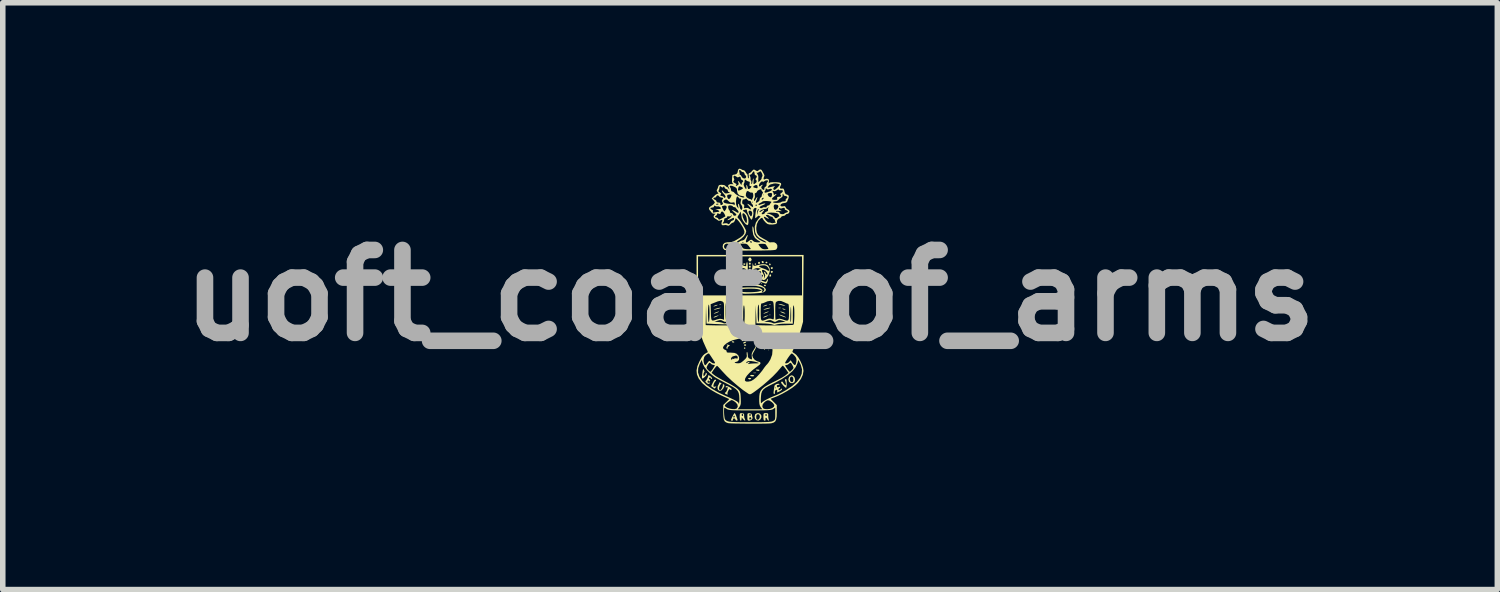
<source format=kicad_pcb>
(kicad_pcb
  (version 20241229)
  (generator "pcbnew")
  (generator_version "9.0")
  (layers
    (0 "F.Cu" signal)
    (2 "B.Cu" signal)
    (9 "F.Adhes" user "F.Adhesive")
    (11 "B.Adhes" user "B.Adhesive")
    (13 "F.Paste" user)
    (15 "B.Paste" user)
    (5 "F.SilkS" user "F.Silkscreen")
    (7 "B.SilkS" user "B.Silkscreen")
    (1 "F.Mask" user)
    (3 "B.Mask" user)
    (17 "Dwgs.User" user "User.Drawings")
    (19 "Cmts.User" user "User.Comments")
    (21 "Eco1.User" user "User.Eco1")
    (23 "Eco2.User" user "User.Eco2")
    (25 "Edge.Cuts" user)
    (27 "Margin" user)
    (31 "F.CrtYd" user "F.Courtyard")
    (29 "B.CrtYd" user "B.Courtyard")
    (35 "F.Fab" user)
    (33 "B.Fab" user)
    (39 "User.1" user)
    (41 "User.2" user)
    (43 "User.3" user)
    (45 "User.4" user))
  (footprint "uoft_coat_of_arms"
    (layer "F.Cu")
    (at 10.514 2.292)
    (property "Reference" "uoft_coat_of_arms" (at 0 0 0) (layer "F.Fab") (effects (font (size 1.5 1.5) (thickness 0.3))))
    (attr board_only exclude_from_pos_files exclude_from_bom)
    (fp_poly (pts (xy -0.207 -0.214) (xy -0.214 -0.207) (xy -0.221 -0.214) (xy -0.214 -0.221)) (stroke (width 0) (type solid)) (fill yes) (layer "F.SilkS"))
    (fp_poly (pts (xy 0.345 0.988) (xy 0.339 0.995) (xy 0.332 0.988) (xy 0.339 0.981)) (stroke (width 0) (type solid)) (fill yes) (layer "F.SilkS"))
    (fp_poly (pts (xy 0.373 0.96) (xy 0.366 0.967) (xy 0.359 0.96) (xy 0.366 0.954)) (stroke (width 0) (type solid)) (fill yes) (layer "F.SilkS"))
    (fp_poly (pts (xy -0.53 0.35) (xy -0.532 0.358) (xy -0.539 0.359) (xy -0.55 0.354) (xy -0.548 0.35) (xy -0.532 0.348)) (stroke (width 0) (type solid)) (fill yes) (layer "F.SilkS"))
    (fp_poly (pts (xy -0.522 0.157) (xy -0.52 0.162) (xy -0.539 0.164) (xy -0.559 0.161) (xy -0.556 0.157) (xy -0.528 0.155)) (stroke (width 0) (type solid)) (fill yes) (layer "F.SilkS"))
    (fp_poly (pts (xy -0.074 -0.244) (xy -0.072 -0.228) (xy -0.074 -0.226) (xy -0.082 -0.228) (xy -0.083 -0.235) (xy -0.078 -0.246)) (stroke (width 0) (type solid)) (fill yes) (layer "F.SilkS"))
    (fp_poly (pts (xy 0.203 0.903) (xy 0.201 0.911) (xy 0.193 0.912) (xy 0.182 0.907) (xy 0.184 0.903) (xy 0.201 0.901)) (stroke (width 0) (type solid)) (fill yes) (layer "F.SilkS"))
    (fp_poly (pts (xy 0.217 -0.217) (xy 0.215 -0.208) (xy 0.207 -0.207) (xy 0.196 -0.212) (xy 0.198 -0.217) (xy 0.214 -0.218)) (stroke (width 0) (type solid)) (fill yes) (layer "F.SilkS"))
    (fp_poly (pts (xy 0.272 0.972) (xy 0.27 0.98) (xy 0.263 0.981) (xy 0.251 0.976) (xy 0.253 0.972) (xy 0.27 0.97)) (stroke (width 0) (type solid)) (fill yes) (layer "F.SilkS"))
    (fp_poly (pts (xy 0.369 0.35) (xy 0.367 0.358) (xy 0.359 0.359) (xy 0.348 0.354) (xy 0.35 0.35) (xy 0.366 0.348)) (stroke (width 0) (type solid)) (fill yes) (layer "F.SilkS"))
    (fp_poly (pts (xy 0.377 0.157) (xy 0.378 0.162) (xy 0.359 0.164) (xy 0.34 0.161) (xy 0.342 0.157) (xy 0.37 0.155)) (stroke (width 0) (type solid)) (fill yes) (layer "F.SilkS"))
    (fp_poly (pts (xy -0.388 -0.495) (xy -0.39 -0.482) (xy -0.397 -0.471) (xy -0.407 -0.482) (xy -0.412 -0.502) (xy -0.409 -0.508) (xy -0.395 -0.51)) (stroke (width 0) (type solid)) (fill yes) (layer "F.SilkS"))
    (fp_poly (pts (xy -0.385 -0.425) (xy -0.385 -0.421) (xy -0.396 -0.405) (xy -0.4 -0.403) (xy -0.412 -0.41) (xy -0.415 -0.421) (xy -0.408 -0.439) (xy -0.4 -0.44)) (stroke (width 0) (type solid)) (fill yes) (layer "F.SilkS"))
    (fp_poly (pts (xy -0.36 -0.363) (xy -0.359 -0.359) (xy -0.37 -0.346) (xy -0.373 -0.345) (xy -0.387 -0.356) (xy -0.387 -0.359) (xy -0.376 -0.373) (xy -0.373 -0.373)) (stroke (width 0) (type solid)) (fill yes) (layer "F.SilkS"))
    (fp_poly (pts (xy -0.35 -0.558) (xy -0.348 -0.554) (xy -0.355 -0.541) (xy -0.366 -0.539) (xy -0.383 -0.546) (xy -0.384 -0.554) (xy -0.37 -0.568) (xy -0.366 -0.569)) (stroke (width 0) (type solid)) (fill yes) (layer "F.SilkS"))
    (fp_poly (pts (xy -0.342 0.226) (xy -0.341 0.23) (xy -0.363 0.232) (xy -0.366 0.232) (xy -0.388 0.23) (xy -0.386 0.226) (xy -0.383 0.225) (xy -0.353 0.223)) (stroke (width 0) (type solid)) (fill yes) (layer "F.SilkS"))
    (fp_poly (pts (xy -0.301 0.831) (xy -0.284 0.842) (xy -0.284 0.842) (xy -0.288 0.852) (xy -0.304 0.853) (xy -0.326 0.847) (xy -0.332 0.84) (xy -0.321 0.83)) (stroke (width 0) (type solid)) (fill yes) (layer "F.SilkS"))
    (fp_poly (pts (xy -0.291 -0.598) (xy -0.29 -0.594) (xy -0.301 -0.581) (xy -0.304 -0.58) (xy -0.317 -0.591) (xy -0.318 -0.594) (xy -0.307 -0.608) (xy -0.304 -0.608)) (stroke (width 0) (type solid)) (fill yes) (layer "F.SilkS"))
    (fp_poly (pts (xy -0.279 0.245) (xy -0.269 0.249) (xy -0.254 0.258) (xy -0.263 0.261) (xy -0.292 0.255) (xy -0.304 0.249) (xy -0.315 0.238) (xy -0.305 0.237)) (stroke (width 0) (type solid)) (fill yes) (layer "F.SilkS"))
    (fp_poly (pts (xy -0.22 -0.605) (xy -0.219 -0.601) (xy -0.23 -0.585) (xy -0.234 -0.583) (xy -0.246 -0.59) (xy -0.249 -0.601) (xy -0.242 -0.618) (xy -0.234 -0.619)) (stroke (width 0) (type solid)) (fill yes) (layer "F.SilkS"))
    (fp_poly (pts (xy -0.154 -0.597) (xy -0.152 -0.587) (xy -0.159 -0.569) (xy -0.166 -0.567) (xy -0.178 -0.578) (xy -0.18 -0.587) (xy -0.172 -0.606) (xy -0.166 -0.608)) (stroke (width 0) (type solid)) (fill yes) (layer "F.SilkS"))
    (fp_poly (pts (xy -0.126 -0.238) (xy -0.124 -0.228) (xy -0.133 -0.209) (xy -0.152 -0.212) (xy -0.156 -0.216) (xy -0.159 -0.233) (xy -0.145 -0.247) (xy -0.137 -0.249)) (stroke (width 0) (type solid)) (fill yes) (layer "F.SilkS"))
    (fp_poly (pts (xy -0.089 0.795) (xy -0.103 0.809) (xy -0.134 0.827) (xy -0.15 0.825) (xy -0.152 0.817) (xy -0.14 0.802) (xy -0.113 0.791) (xy -0.092 0.788)) (stroke (width 0) (type solid)) (fill yes) (layer "F.SilkS"))
    (fp_poly (pts (xy -0.085 -0.573) (xy -0.083 -0.567) (xy -0.094 -0.554) (xy -0.104 -0.553) (xy -0.122 -0.56) (xy -0.124 -0.567) (xy -0.113 -0.579) (xy -0.104 -0.58)) (stroke (width 0) (type solid)) (fill yes) (layer "F.SilkS"))
    (fp_poly (pts (xy -0.083 0.95) (xy -0.083 0.954) (xy -0.093 0.967) (xy -0.097 0.967) (xy -0.11 0.957) (xy -0.111 0.954) (xy -0.1 0.94) (xy -0.097 0.94)) (stroke (width 0) (type solid)) (fill yes) (layer "F.SilkS"))
    (fp_poly (pts (xy -0.072 0.85) (xy -0.091 0.862) (xy -0.116 0.87) (xy -0.124 0.865) (xy -0.124 0.858) (xy -0.113 0.846) (xy -0.097 0.839) (xy -0.073 0.839)) (stroke (width 0) (type solid)) (fill yes) (layer "F.SilkS"))
    (fp_poly (pts (xy -0.071 0.892) (xy -0.069 0.898) (xy -0.08 0.911) (xy -0.09 0.912) (xy -0.108 0.905) (xy -0.111 0.898) (xy -0.099 0.886) (xy -0.09 0.884)) (stroke (width 0) (type solid)) (fill yes) (layer "F.SilkS"))
    (fp_poly (pts (xy 0.012 -0.583) (xy 0.014 -0.574) (xy 0.005 -0.554) (xy -0.014 -0.558) (xy -0.018 -0.562) (xy -0.021 -0.579) (xy -0.007 -0.593) (xy 0.001 -0.594)) (stroke (width 0) (type solid)) (fill yes) (layer "F.SilkS"))
    (fp_poly (pts (xy 0.012 -0.528) (xy 0.014 -0.518) (xy 0.005 -0.499) (xy -0.014 -0.503) (xy -0.018 -0.506) (xy -0.021 -0.524) (xy -0.007 -0.538) (xy 0.001 -0.539)) (stroke (width 0) (type solid)) (fill yes) (layer "F.SilkS"))
    (fp_poly (pts (xy 0.012 -0.472) (xy 0.014 -0.463) (xy 0.005 -0.444) (xy -0.014 -0.447) (xy -0.018 -0.451) (xy -0.021 -0.468) (xy -0.007 -0.482) (xy 0.001 -0.484)) (stroke (width 0) (type solid)) (fill yes) (layer "F.SilkS"))
    (fp_poly (pts (xy 0.017 1.497) (xy 0.021 1.506) (xy 0.001 1.519) (xy -0.007 1.52) (xy -0.03 1.511) (xy -0.035 1.506) (xy -0.03 1.496) (xy -0.007 1.492)) (stroke (width 0) (type solid)) (fill yes) (layer "F.SilkS"))
    (fp_poly (pts (xy 0.083 -0.238) (xy 0.083 -0.235) (xy 0.072 -0.222) (xy 0.069 -0.221) (xy 0.056 -0.232) (xy 0.055 -0.235) (xy 0.066 -0.248) (xy 0.069 -0.249)) (stroke (width 0) (type solid)) (fill yes) (layer "F.SilkS"))
    (fp_poly (pts (xy 0.107 1.4) (xy 0.111 1.404) (xy 0.092 1.406) (xy 0.083 1.406) (xy 0.058 1.405) (xy 0.055 1.401) (xy 0.059 1.4) (xy 0.094 1.398)) (stroke (width 0) (type solid)) (fill yes) (layer "F.SilkS"))
    (fp_poly (pts (xy 0.11 -0.57) (xy 0.111 -0.567) (xy 0.1 -0.553) (xy 0.097 -0.553) (xy 0.083 -0.563) (xy 0.083 -0.567) (xy 0.093 -0.58) (xy 0.097 -0.58)) (stroke (width 0) (type solid)) (fill yes) (layer "F.SilkS"))
    (fp_poly (pts (xy 0.15 -0.238) (xy 0.152 -0.228) (xy 0.145 -0.21) (xy 0.138 -0.207) (xy 0.126 -0.218) (xy 0.124 -0.228) (xy 0.132 -0.246) (xy 0.138 -0.249)) (stroke (width 0) (type solid)) (fill yes) (layer "F.SilkS"))
    (fp_poly (pts (xy 0.178 -0.597) (xy 0.18 -0.587) (xy 0.171 -0.568) (xy 0.152 -0.572) (xy 0.148 -0.575) (xy 0.145 -0.593) (xy 0.159 -0.607) (xy 0.167 -0.608)) (stroke (width 0) (type solid)) (fill yes) (layer "F.SilkS"))
    (fp_poly (pts (xy 0.214 0.811) (xy 0.221 0.815) (xy 0.235 0.829) (xy 0.225 0.835) (xy 0.204 0.833) (xy 0.183 0.822) (xy 0.18 0.814) (xy 0.189 0.802)) (stroke (width 0) (type solid)) (fill yes) (layer "F.SilkS"))
    (fp_poly (pts (xy 0.217 0.863) (xy 0.221 0.871) (xy 0.219 0.883) (xy 0.207 0.879) (xy 0.193 0.871) (xy 0.181 0.86) (xy 0.194 0.857) (xy 0.197 0.857)) (stroke (width 0) (type solid)) (fill yes) (layer "F.SilkS"))
    (fp_poly (pts (xy 0.246 -0.611) (xy 0.249 -0.601) (xy 0.24 -0.582) (xy 0.221 -0.586) (xy 0.217 -0.59) (xy 0.208 -0.61) (xy 0.222 -0.621) (xy 0.228 -0.622)) (stroke (width 0) (type solid)) (fill yes) (layer "F.SilkS"))
    (fp_poly (pts (xy 0.286 -0.185) (xy 0.288 -0.181) (xy 0.281 -0.168) (xy 0.269 -0.166) (xy 0.252 -0.173) (xy 0.251 -0.181) (xy 0.266 -0.195) (xy 0.269 -0.196)) (stroke (width 0) (type solid)) (fill yes) (layer "F.SilkS"))
    (fp_poly (pts (xy 0.29 0.936) (xy 0.29 0.94) (xy 0.285 0.953) (xy 0.284 0.954) (xy 0.272 0.944) (xy 0.269 0.94) (xy 0.271 0.927) (xy 0.276 0.926)) (stroke (width 0) (type solid)) (fill yes) (layer "F.SilkS"))
    (fp_poly (pts (xy 0.307 0.895) (xy 0.318 0.913) (xy 0.317 0.918) (xy 0.301 0.917) (xy 0.29 0.912) (xy 0.278 0.897) (xy 0.28 0.89) (xy 0.297 0.889)) (stroke (width 0) (type solid)) (fill yes) (layer "F.SilkS"))
    (fp_poly (pts (xy 0.313 -0.599) (xy 0.315 -0.595) (xy 0.309 -0.583) (xy 0.297 -0.58) (xy 0.28 -0.587) (xy 0.279 -0.595) (xy 0.293 -0.61) (xy 0.297 -0.61)) (stroke (width 0) (type solid)) (fill yes) (layer "F.SilkS"))
    (fp_poly (pts (xy 0.315 0.847) (xy 0.325 0.857) (xy 0.338 0.877) (xy 0.335 0.884) (xy 0.316 0.875) (xy 0.304 0.863) (xy 0.291 0.842) (xy 0.297 0.836)) (stroke (width 0) (type solid)) (fill yes) (layer "F.SilkS"))
    (fp_poly (pts (xy 0.375 -0.563) (xy 0.375 -0.56) (xy 0.364 -0.543) (xy 0.36 -0.542) (xy 0.348 -0.548) (xy 0.345 -0.56) (xy 0.352 -0.577) (xy 0.36 -0.578)) (stroke (width 0) (type solid)) (fill yes) (layer "F.SilkS"))
    (fp_poly (pts (xy 0.38 -0.373) (xy 0.381 -0.35) (xy 0.376 -0.343) (xy 0.359 -0.338) (xy 0.352 -0.345) (xy 0.351 -0.368) (xy 0.356 -0.376) (xy 0.373 -0.38)) (stroke (width 0) (type solid)) (fill yes) (layer "F.SilkS"))
    (fp_poly (pts (xy 0.412 -0.504) (xy 0.415 -0.498) (xy 0.405 -0.48) (xy 0.388 -0.476) (xy 0.382 -0.479) (xy 0.374 -0.5) (xy 0.388 -0.511) (xy 0.394 -0.511)) (stroke (width 0) (type solid)) (fill yes) (layer "F.SilkS"))
    (fp_poly (pts (xy 0.412 -0.435) (xy 0.415 -0.429) (xy 0.405 -0.411) (xy 0.388 -0.407) (xy 0.382 -0.41) (xy 0.374 -0.43) (xy 0.388 -0.442) (xy 0.394 -0.442)) (stroke (width 0) (type solid)) (fill yes) (layer "F.SilkS"))
    (fp_poly (pts (xy 0.556 0.226) (xy 0.557 0.23) (xy 0.535 0.232) (xy 0.532 0.232) (xy 0.511 0.23) (xy 0.513 0.226) (xy 0.515 0.225) (xy 0.545 0.223)) (stroke (width 0) (type solid)) (fill yes) (layer "F.SilkS"))
    (fp_poly (pts (xy 0.619 0.245) (xy 0.629 0.249) (xy 0.644 0.258) (xy 0.636 0.261) (xy 0.606 0.255) (xy 0.594 0.249) (xy 0.583 0.238) (xy 0.593 0.237)) (stroke (width 0) (type solid)) (fill yes) (layer "F.SilkS"))
    (fp_poly (pts (xy -0.594 0.379) (xy -0.627 0.394) (xy -0.65 0.4) (xy -0.663 0.398) (xy -0.652 0.39) (xy -0.65 0.388) (xy -0.62 0.375) (xy -0.594 0.367) (xy -0.56 0.358)) (stroke (width 0) (type solid)) (fill yes) (layer "F.SilkS"))
    (fp_poly (pts (xy 0.165 1.344) (xy 0.173 1.353) (xy 0.173 1.354) (xy 0.151 1.367) (xy 0.118 1.359) (xy 0.111 1.354) (xy 0.103 1.345) (xy 0.118 1.341) (xy 0.136 1.341)) (stroke (width 0) (type solid)) (fill yes) (layer "F.SilkS"))
    (fp_poly (pts (xy 0.199 0.758) (xy 0.221 0.768) (xy 0.229 0.776) (xy 0.226 0.785) (xy 0.205 0.785) (xy 0.183 0.779) (xy 0.167 0.765) (xy 0.166 0.76) (xy 0.176 0.754)) (stroke (width 0) (type solid)) (fill yes) (layer "F.SilkS"))
    (fp_poly (pts (xy 0.304 0.379) (xy 0.272 0.394) (xy 0.249 0.4) (xy 0.235 0.398) (xy 0.246 0.39) (xy 0.249 0.388) (xy 0.278 0.375) (xy 0.304 0.367) (xy 0.339 0.358)) (stroke (width 0) (type solid)) (fill yes) (layer "F.SilkS"))
    (fp_poly (pts (xy -0.33 0.294) (xy -0.298 0.303) (xy -0.276 0.311) (xy -0.25 0.323) (xy -0.249 0.329) (xy -0.256 0.329) (xy -0.288 0.324) (xy -0.325 0.31) (xy -0.347 0.298) (xy -0.348 0.293)) (stroke (width 0) (type solid)) (fill yes) (layer "F.SilkS"))
    (fp_poly (pts (xy 0.063 1.442) (xy 0.076 1.451) (xy 0.071 1.461) (xy 0.044 1.465) (xy 0.042 1.465) (xy 0.013 1.461) (xy 0.000016 1.451) (xy 0 1.451) (xy 0.012 1.441) (xy 0.034 1.437)) (stroke (width 0) (type solid)) (fill yes) (layer "F.SilkS"))
    (fp_poly (pts (xy -0.585 0.171) (xy -0.592 0.179) (xy -0.618 0.19) (xy -0.621 0.191) (xy -0.65 0.199) (xy -0.663 0.2) (xy -0.663 0.199) (xy -0.652 0.19) (xy -0.627 0.179) (xy -0.6 0.171) (xy -0.585 0.171)) (stroke (width 0) (type solid)) (fill yes) (layer "F.SilkS"))
    (fp_poly (pts (xy -0.53 0.226) (xy -0.546 0.234) (xy -0.574 0.242) (xy -0.623 0.255) (xy -0.651 0.26) (xy -0.657 0.258) (xy -0.638 0.248) (xy -0.622 0.242) (xy -0.58 0.229) (xy -0.542 0.223) (xy -0.539 0.223)) (stroke (width 0) (type solid)) (fill yes) (layer "F.SilkS"))
    (fp_poly (pts (xy -0.335 0.159) (xy -0.295 0.171) (xy -0.29 0.173) (xy -0.264 0.185) (xy -0.26 0.19) (xy -0.276 0.189) (xy -0.308 0.182) (xy -0.339 0.172) (xy -0.366 0.162) (xy -0.372 0.155) (xy -0.366 0.154)) (stroke (width 0) (type solid)) (fill yes) (layer "F.SilkS"))
    (fp_poly (pts (xy 0.314 0.171) (xy 0.306 0.179) (xy 0.281 0.19) (xy 0.277 0.191) (xy 0.248 0.199) (xy 0.235 0.2) (xy 0.235 0.199) (xy 0.246 0.19) (xy 0.272 0.179) (xy 0.298 0.171) (xy 0.314 0.171)) (stroke (width 0) (type solid)) (fill yes) (layer "F.SilkS"))
    (fp_poly (pts (xy 0.368 0.226) (xy 0.352 0.234) (xy 0.325 0.242) (xy 0.276 0.255) (xy 0.247 0.26) (xy 0.242 0.258) (xy 0.26 0.248) (xy 0.276 0.242) (xy 0.319 0.229) (xy 0.357 0.223) (xy 0.359 0.223)) (stroke (width 0) (type solid)) (fill yes) (layer "F.SilkS"))
    (fp_poly (pts (xy 0.562 0.159) (xy 0.605 0.171) (xy 0.608 0.173) (xy 0.635 0.185) (xy 0.637 0.19) (xy 0.619 0.188) (xy 0.582 0.18) (xy 0.553 0.172) (xy 0.52 0.161) (xy 0.514 0.155) (xy 0.525 0.154)) (stroke (width 0) (type solid)) (fill yes) (layer "F.SilkS"))
    (fp_poly (pts (xy -0.562 0.296) (xy -0.583 0.307) (xy -0.592 0.311) (xy -0.627 0.325) (xy -0.652 0.331) (xy -0.655 0.331) (xy -0.654 0.326) (xy -0.633 0.315) (xy -0.624 0.31) (xy -0.589 0.297) (xy -0.564 0.291) (xy -0.562 0.291)) (stroke (width 0) (type solid)) (fill yes) (layer "F.SilkS"))
    (fp_poly (pts (xy -0.349 0.352) (xy -0.31 0.365) (xy -0.29 0.373) (xy -0.259 0.388) (xy -0.246 0.397) (xy -0.249 0.399) (xy -0.273 0.393) (xy -0.312 0.38) (xy -0.332 0.372) (xy -0.363 0.358) (xy -0.376 0.349) (xy -0.373 0.347)) (stroke (width 0) (type solid)) (fill yes) (layer "F.SilkS"))
    (fp_poly (pts (xy 0.012 -0.679) (xy 0.02 -0.669) (xy 0.031 -0.646) (xy 0.022 -0.628) (xy 0.02 -0.626) (xy 0.002 -0.611) (xy -0.011 -0.615) (xy -0.025 -0.63) (xy -0.035 -0.649) (xy -0.024 -0.669) (xy -0.021 -0.672) (xy -0.002 -0.687)) (stroke (width 0) (type solid)) (fill yes) (layer "F.SilkS"))
    (fp_poly (pts (xy 0.336 0.296) (xy 0.315 0.307) (xy 0.306 0.311) (xy 0.271 0.325) (xy 0.246 0.331) (xy 0.244 0.331) (xy 0.244 0.326) (xy 0.265 0.315) (xy 0.275 0.31) (xy 0.309 0.297) (xy 0.335 0.291) (xy 0.337 0.291)) (stroke (width 0) (type solid)) (fill yes) (layer "F.SilkS"))
    (fp_poly (pts (xy 0.55 0.352) (xy 0.588 0.365) (xy 0.608 0.373) (xy 0.639 0.388) (xy 0.653 0.397) (xy 0.65 0.399) (xy 0.625 0.393) (xy 0.587 0.38) (xy 0.567 0.372) (xy 0.535 0.358) (xy 0.522 0.349) (xy 0.525 0.347)) (stroke (width 0) (type solid)) (fill yes) (layer "F.SilkS"))
    (fp_poly (pts (xy 0.579 0.297) (xy 0.615 0.31) (xy 0.615 0.31) (xy 0.637 0.323) (xy 0.638 0.329) (xy 0.636 0.329) (xy 0.609 0.324) (xy 0.574 0.311) (xy 0.574 0.31) (xy 0.551 0.298) (xy 0.55 0.292) (xy 0.553 0.291)) (stroke (width 0) (type solid)) (fill yes) (layer "F.SilkS"))
    (fp_poly (pts (xy -0.411 0.89) (xy -0.41 0.89) (xy -0.38 0.897) (xy -0.369 0.898) (xy -0.367 0.905) (xy -0.384 0.92) (xy -0.404 0.94) (xy -0.407 0.954) (xy -0.409 0.967) (xy -0.414 0.967) (xy -0.427 0.956) (xy -0.428 0.947) (xy -0.419 0.923) (xy -0.413 0.918) (xy -0.407 0.905) (xy -0.417 0.895) (xy -0.426 0.887)) (stroke (width 0) (type solid)) (fill yes) (layer "F.SilkS"))
    (fp_poly (pts (xy -0.621 1.526) (xy -0.615 1.534) (xy -0.615 1.547) (xy -0.619 1.548) (xy -0.633 1.559) (xy -0.649 1.587) (xy -0.66 1.619) (xy -0.663 1.639) (xy -0.656 1.653) (xy -0.632 1.65) (xy -0.611 1.645) (xy -0.613 1.654) (xy -0.62 1.663) (xy -0.636 1.681) (xy -0.641 1.685) (xy -0.652 1.678) (xy -0.673 1.663) (xy -0.703 1.642) (xy -0.674 1.581) (xy -0.651 1.54) (xy -0.634 1.522)) (stroke (width 0) (type solid)) (fill yes) (layer "F.SilkS"))
    (fp_poly (pts (xy 0.654 1.515) (xy 0.661 1.531) (xy 0.663 1.568) (xy 0.663 1.59) (xy 0.662 1.633) (xy 0.657 1.663) (xy 0.652 1.672) (xy 0.636 1.663) (xy 0.61 1.639) (xy 0.595 1.622) (xy 0.568 1.59) (xy 0.561 1.571) (xy 0.568 1.561) (xy 0.587 1.56) (xy 0.596 1.573) (xy 0.614 1.602) (xy 0.627 1.616) (xy 0.644 1.626) (xy 0.649 1.613) (xy 0.65 1.604) (xy 0.643 1.567) (xy 0.636 1.548) (xy 0.63 1.525) (xy 0.643 1.515)) (stroke (width 0) (type solid)) (fill yes) (layer "F.SilkS"))
    (fp_poly (pts (xy -0.838 1.34) (xy -0.832 1.35) (xy -0.823 1.378) (xy -0.829 1.389) (xy -0.84 1.408) (xy -0.843 1.433) (xy -0.841 1.457) (xy -0.83 1.457) (xy -0.822 1.451) (xy -0.805 1.426) (xy -0.802 1.412) (xy -0.798 1.398) (xy -0.785 1.407) (xy -0.779 1.422) (xy -0.79 1.445) (xy -0.808 1.465) (xy -0.841 1.496) (xy -0.861 1.504) (xy -0.869 1.491) (xy -0.87 1.475) (xy -0.867 1.442) (xy -0.861 1.397) (xy -0.859 1.382) (xy -0.852 1.345) (xy -0.846 1.332)) (stroke (width 0) (type solid)) (fill yes) (layer "F.SilkS"))
    (fp_poly (pts (xy 0.181 2.139) (xy 0.203 2.167) (xy 0.207 2.203) (xy 0.191 2.239) (xy 0.186 2.245) (xy 0.156 2.264) (xy 0.122 2.259) (xy 0.107 2.251) (xy 0.089 2.227) (xy 0.083 2.191) (xy 0.086 2.181) (xy 0.113 2.181) (xy 0.113 2.223) (xy 0.125 2.247) (xy 0.145 2.249) (xy 0.165 2.233) (xy 0.177 2.204) (xy 0.177 2.181) (xy 0.164 2.155) (xy 0.142 2.148) (xy 0.121 2.16) (xy 0.113 2.181) (xy 0.086 2.181) (xy 0.091 2.156) (xy 0.099 2.145) (xy 0.126 2.131) (xy 0.145 2.128)) (stroke (width 0) (type solid)) (fill yes) (layer "F.SilkS"))
    (fp_poly (pts (xy 0.775 1.452) (xy 0.785 1.459) (xy 0.808 1.489) (xy 0.815 1.529) (xy 0.805 1.565) (xy 0.799 1.573) (xy 0.767 1.588) (xy 0.732 1.584) (xy 0.705 1.562) (xy 0.704 1.561) (xy 0.694 1.52) (xy 0.719 1.52) (xy 0.729 1.551) (xy 0.735 1.559) (xy 0.759 1.572) (xy 0.777 1.559) (xy 0.784 1.533) (xy 0.781 1.494) (xy 0.765 1.471) (xy 0.741 1.469) (xy 0.724 1.489) (xy 0.719 1.52) (xy 0.694 1.52) (xy 0.693 1.516) (xy 0.706 1.476) (xy 0.726 1.456) (xy 0.751 1.445)) (stroke (width 0) (type solid)) (fill yes) (layer "F.SilkS"))
    (fp_poly (pts (xy -0.387 1.651) (xy -0.357 1.668) (xy -0.336 1.686) (xy -0.332 1.695) (xy -0.34 1.712) (xy -0.355 1.709) (xy -0.363 1.696) (xy -0.372 1.696) (xy -0.387 1.715) (xy -0.392 1.724) (xy -0.406 1.757) (xy -0.408 1.781) (xy -0.407 1.783) (xy -0.402 1.795) (xy -0.403 1.795) (xy -0.419 1.791) (xy -0.432 1.787) (xy -0.451 1.776) (xy -0.456 1.762) (xy -0.444 1.755) (xy -0.431 1.743) (xy -0.417 1.715) (xy -0.416 1.712) (xy -0.404 1.676) (xy -0.403 1.661) (xy -0.412 1.66) (xy -0.421 1.663) (xy -0.44 1.663) (xy -0.44 1.648) (xy -0.434 1.641) (xy -0.416 1.64)) (stroke (width 0) (type solid)) (fill yes) (layer "F.SilkS"))
    (fp_poly (pts (xy -0.524 1.584) (xy -0.518 1.589) (xy -0.518 1.602) (xy -0.523 1.603) (xy -0.536 1.614) (xy -0.552 1.642) (xy -0.552 1.644) (xy -0.562 1.682) (xy -0.555 1.707) (xy -0.538 1.714) (xy -0.523 1.702) (xy -0.506 1.675) (xy -0.494 1.643) (xy -0.49 1.619) (xy -0.492 1.615) (xy -0.491 1.604) (xy -0.483 1.606) (xy -0.464 1.619) (xy -0.464 1.643) (xy -0.484 1.683) (xy -0.514 1.717) (xy -0.546 1.727) (xy -0.576 1.712) (xy -0.579 1.708) (xy -0.588 1.681) (xy -0.585 1.645) (xy -0.572 1.616) (xy -0.565 1.609) (xy -0.558 1.592) (xy -0.56 1.588) (xy -0.557 1.577) (xy -0.547 1.575)) (stroke (width 0) (type solid)) (fill yes) (layer "F.SilkS"))
    (fp_poly (pts (xy -0.145 2.131) (xy -0.116 2.137) (xy -0.106 2.155) (xy -0.107 2.176) (xy -0.104 2.211) (xy -0.094 2.235) (xy -0.086 2.255) (xy -0.089 2.263) (xy -0.103 2.26) (xy -0.124 2.24) (xy -0.125 2.239) (xy -0.151 2.204) (xy -0.152 2.235) (xy -0.158 2.26) (xy -0.169 2.266) (xy -0.181 2.253) (xy -0.186 2.214) (xy -0.187 2.197) (xy -0.186 2.163) (xy -0.152 2.163) (xy -0.145 2.181) (xy -0.138 2.183) (xy -0.126 2.172) (xy -0.124 2.163) (xy -0.132 2.144) (xy -0.138 2.142) (xy -0.15 2.153) (xy -0.152 2.163) (xy -0.186 2.163) (xy -0.186 2.156) (xy -0.181 2.136) (xy -0.167 2.13)) (stroke (width 0) (type solid)) (fill yes) (layer "F.SilkS"))
    (fp_poly (pts (xy -0.733 1.451) (xy -0.71 1.467) (xy -0.693 1.484) (xy -0.684 1.504) (xy -0.689 1.512) (xy -0.704 1.508) (xy -0.711 1.497) (xy -0.722 1.482) (xy -0.736 1.491) (xy -0.745 1.508) (xy -0.732 1.52) (xy -0.719 1.535) (xy -0.729 1.55) (xy -0.743 1.56) (xy -0.746 1.548) (xy -0.751 1.536) (xy -0.762 1.544) (xy -0.771 1.565) (xy -0.759 1.58) (xy -0.737 1.579) (xy -0.721 1.578) (xy -0.724 1.587) (xy -0.746 1.602) (xy -0.775 1.593) (xy -0.795 1.575) (xy -0.808 1.556) (xy -0.805 1.548) (xy -0.792 1.536) (xy -0.776 1.509) (xy -0.762 1.478) (xy -0.756 1.452) (xy -0.757 1.447) (xy -0.751 1.443)) (stroke (width 0) (type solid)) (fill yes) (layer "F.SilkS"))
    (fp_poly (pts (xy 0.317 2.131) (xy 0.329 2.144) (xy 0.329 2.173) (xy 0.331 2.212) (xy 0.338 2.242) (xy 0.341 2.262) (xy 0.334 2.266) (xy 0.319 2.255) (xy 0.311 2.239) (xy 0.298 2.216) (xy 0.288 2.211) (xy 0.279 2.222) (xy 0.28 2.239) (xy 0.28 2.261) (xy 0.265 2.266) (xy 0.251 2.261) (xy 0.244 2.24) (xy 0.242 2.197) (xy 0.243 2.163) (xy 0.276 2.163) (xy 0.283 2.18) (xy 0.291 2.181) (xy 0.306 2.167) (xy 0.306 2.163) (xy 0.295 2.147) (xy 0.291 2.145) (xy 0.279 2.151) (xy 0.276 2.163) (xy 0.243 2.163) (xy 0.243 2.156) (xy 0.248 2.136) (xy 0.263 2.129) (xy 0.287 2.128)) (stroke (width 0) (type solid)) (fill yes) (layer "F.SilkS"))
    (fp_poly (pts (xy -0.268 2.14) (xy -0.254 2.169) (xy -0.25 2.18) (xy -0.237 2.218) (xy -0.227 2.246) (xy -0.226 2.249) (xy -0.23 2.264) (xy -0.241 2.266) (xy -0.26 2.256) (xy -0.263 2.246) (xy -0.274 2.229) (xy -0.29 2.225) (xy -0.31 2.232) (xy -0.309 2.246) (xy -0.311 2.263) (xy -0.323 2.266) (xy -0.343 2.263) (xy -0.345 2.261) (xy -0.34 2.24) (xy -0.326 2.207) (xy -0.321 2.198) (xy -0.304 2.198) (xy -0.293 2.211) (xy -0.29 2.211) (xy -0.278 2.2) (xy -0.276 2.19) (xy -0.283 2.175) (xy -0.29 2.177) (xy -0.303 2.194) (xy -0.304 2.198) (xy -0.321 2.198) (xy -0.308 2.172) (xy -0.291 2.143) (xy -0.28 2.128) (xy -0.279 2.128)) (stroke (width 0) (type solid)) (fill yes) (layer "F.SilkS"))
    (fp_poly (pts (xy -0.007 2.131) (xy 0.024 2.139) (xy 0.034 2.159) (xy 0.035 2.163) (xy 0.04 2.194) (xy 0.045 2.207) (xy 0.045 2.228) (xy 0.027 2.25) (xy -0.002 2.264) (xy -0.018 2.266) (xy -0.036 2.263) (xy -0.045 2.25) (xy -0.048 2.223) (xy -0.014 2.223) (xy -0.008 2.244) (xy 0.007 2.244) (xy 0.023 2.229) (xy 0.024 2.221) (xy 0.009 2.202) (xy -0.007 2.205) (xy -0.014 2.223) (xy -0.048 2.223) (xy -0.048 2.219) (xy -0.048 2.197) (xy -0.048 2.163) (xy -0.014 2.163) (xy -0.006 2.181) (xy 0 2.183) (xy 0.012 2.172) (xy 0.014 2.163) (xy 0.006 2.144) (xy 0 2.142) (xy -0.012 2.153) (xy -0.014 2.163) (xy -0.048 2.163) (xy -0.048 2.156) (xy -0.042 2.136) (xy -0.029 2.13)) (stroke (width 0) (type solid)) (fill yes) (layer "F.SilkS"))
    (fp_poly (pts (xy 0.53 1.602) (xy 0.533 1.614) (xy 0.514 1.617) (xy 0.49 1.624) (xy 0.484 1.635) (xy 0.491 1.661) (xy 0.51 1.663) (xy 0.519 1.658) (xy 0.539 1.651) (xy 0.545 1.656) (xy 0.541 1.671) (xy 0.532 1.677) (xy 0.514 1.692) (xy 0.515 1.708) (xy 0.532 1.714) (xy 0.55 1.706) (xy 0.553 1.7) (xy 0.563 1.686) (xy 0.567 1.686) (xy 0.581 1.692) (xy 0.574 1.708) (xy 0.551 1.727) (xy 0.54 1.734) (xy 0.503 1.751) (xy 0.487 1.753) (xy 0.491 1.741) (xy 0.493 1.718) (xy 0.49 1.713) (xy 0.475 1.706) (xy 0.459 1.717) (xy 0.449 1.739) (xy 0.45 1.757) (xy 0.449 1.779) (xy 0.438 1.783) (xy 0.427 1.777) (xy 0.425 1.757) (xy 0.43 1.717) (xy 0.436 1.675) (xy 0.437 1.672) (xy 0.456 1.672) (xy 0.461 1.684) (xy 0.465 1.681) (xy 0.467 1.665) (xy 0.465 1.663) (xy 0.457 1.665) (xy 0.456 1.672) (xy 0.437 1.672) (xy 0.441 1.644) (xy 0.441 1.636) (xy 0.454 1.618) (xy 0.482 1.603) (xy 0.512 1.597)) (stroke (width 0) (type solid)) (fill yes) (layer "F.SilkS"))
    (fp_poly (pts (xy -0.32 -0.293) (xy -0.307 -0.271) (xy -0.297 -0.251) (xy -0.284 -0.244) (xy -0.26 -0.25) (xy -0.232 -0.26) (xy -0.184 -0.271) (xy -0.117 -0.279) (xy -0.038 -0.283) (xy 0.044 -0.283) (xy 0.122 -0.278) (xy 0.187 -0.27) (xy 0.23 -0.26) (xy 0.265 -0.247) (xy 0.284 -0.245) (xy 0.296 -0.257) (xy 0.303 -0.272) (xy 0.318 -0.298) (xy 0.325 -0.299) (xy 0.325 -0.279) (xy 0.316 -0.25) (xy 0.302 -0.22) (xy 0.285 -0.213) (xy 0.278 -0.215) (xy 0.195 -0.243) (xy 0.111 -0.26) (xy 0.067 -0.263) (xy 0.028 -0.261) (xy 0.01 -0.255) (xy 0.008 -0.243) (xy 0.01 -0.24) (xy 0.011 -0.224) (xy -0.001 -0.224) (xy -0.017 -0.239) (xy -0.017 -0.247) (xy -0.027 -0.258) (xy -0.056 -0.262) (xy -0.1 -0.261) (xy -0.151 -0.254) (xy -0.203 -0.242) (xy -0.203 -0.242) (xy -0.245 -0.228) (xy -0.264 -0.215) (xy -0.268 -0.199) (xy -0.267 -0.193) (xy -0.267 -0.171) (xy -0.279 -0.167) (xy -0.293 -0.185) (xy -0.295 -0.19) (xy -0.306 -0.219) (xy -0.322 -0.257) (xy -0.323 -0.259) (xy -0.334 -0.288) (xy -0.335 -0.303) (xy -0.333 -0.304)) (stroke (width 0) (type solid)) (fill yes) (layer "F.SilkS"))
    (fp_poly (pts (xy 0.069 -0.2) (xy 0.123 -0.197) (xy 0.162 -0.191) (xy 0.193 -0.182) (xy 0.213 -0.173) (xy 0.263 -0.142) (xy 0.286 -0.112) (xy 0.282 -0.085) (xy 0.273 -0.074) (xy 0.244 -0.056) (xy 0.205 -0.046) (xy 0.147 -0.041) (xy 0.082 -0.036) (xy 0.017 -0.033) (xy -0.042 -0.031) (xy -0.09 -0.03) (xy -0.119 -0.032) (xy -0.126 -0.033) (xy -0.144 -0.04) (xy -0.178 -0.046) (xy -0.192 -0.048) (xy -0.248 -0.06) (xy -0.281 -0.083) (xy -0.287 -0.105) (xy -0.27 -0.105) (xy -0.255 -0.082) (xy -0.234 -0.06) (xy -0.226 -0.059) (xy -0.23 -0.08) (xy -0.231 -0.082) (xy -0.23 -0.09) (xy -0.195 -0.09) (xy -0.183 -0.076) (xy -0.163 -0.067) (xy -0.123 -0.061) (xy -0.065 -0.058) (xy 0.002 -0.057) (xy 0.068 -0.06) (xy 0.125 -0.065) (xy 0.159 -0.071) (xy 0.214 -0.087) (xy 0.173 -0.105) (xy 0.135 -0.114) (xy 0.077 -0.12) (xy 0.005 -0.122) (xy 0 -0.122) (xy -0.084 -0.12) (xy -0.144 -0.115) (xy -0.179 -0.107) (xy -0.194 -0.094) (xy -0.195 -0.09) (xy -0.23 -0.09) (xy -0.23 -0.106) (xy -0.212 -0.123) (xy -0.175 -0.135) (xy -0.116 -0.142) (xy -0.032 -0.145) (xy -0.006 -0.145) (xy 0.068 -0.144) (xy 0.121 -0.142) (xy 0.158 -0.137) (xy 0.184 -0.128) (xy 0.198 -0.12) (xy 0.223 -0.1) (xy 0.226 -0.084) (xy 0.22 -0.075) (xy 0.212 -0.059) (xy 0.218 -0.055) (xy 0.24 -0.067) (xy 0.257 -0.092) (xy 0.258 -0.117) (xy 0.237 -0.137) (xy 0.193 -0.154) (xy 0.134 -0.167) (xy 0.064 -0.175) (xy -0.011 -0.179) (xy -0.085 -0.176) (xy -0.154 -0.167) (xy -0.19 -0.159) (xy -0.241 -0.141) (xy -0.267 -0.124) (xy -0.27 -0.105) (xy -0.287 -0.105) (xy -0.289 -0.111) (xy -0.272 -0.142) (xy -0.229 -0.172) (xy -0.228 -0.173) (xy -0.199 -0.185) (xy -0.166 -0.193) (xy -0.122 -0.198) (xy -0.062 -0.2) (xy -0.007 -0.2)) (stroke (width 0) (type solid)) (fill yes) (layer "F.SilkS"))
    (fp_poly (pts (xy -0.047 -0.594) (xy -0.043 -0.561) (xy -0.041 -0.518) (xy -0.041 -0.427) (xy -0.003 -0.431) (xy 0.017 -0.435) (xy 0.029 -0.446) (xy 0.032 -0.456) (xy 0.055 -0.456) (xy 0.063 -0.448) (xy 0.082 -0.456) (xy 0.112 -0.469) (xy 0.12 -0.465) (xy 0.106 -0.445) (xy 0.104 -0.442) (xy 0.088 -0.422) (xy 0.092 -0.415) (xy 0.1 -0.415) (xy 0.123 -0.426) (xy 0.129 -0.436) (xy 0.139 -0.446) (xy 0.216 -0.446) (xy 0.218 -0.436) (xy 0.233 -0.402) (xy 0.243 -0.386) (xy 0.255 -0.357) (xy 0.255 -0.331) (xy 0.248 -0.297) (xy 0.265 -0.329) (xy 0.275 -0.361) (xy 0.264 -0.389) (xy 0.264 -0.389) (xy 0.254 -0.414) (xy 0.257 -0.426) (xy 0.269 -0.425) (xy 0.272 -0.421) (xy 0.288 -0.39) (xy 0.304 -0.375) (xy 0.312 -0.377) (xy 0.314 -0.395) (xy 0.299 -0.42) (xy 0.275 -0.444) (xy 0.247 -0.458) (xy 0.245 -0.459) (xy 0.221 -0.46) (xy 0.216 -0.446) (xy 0.139 -0.446) (xy 0.148 -0.457) (xy 0.169 -0.469) (xy 0.19 -0.478) (xy 0.187 -0.484) (xy 0.161 -0.491) (xy 0.125 -0.493) (xy 0.088 -0.485) (xy 0.062 -0.47) (xy 0.055 -0.456) (xy 0.032 -0.456) (xy 0.036 -0.47) (xy 0.042 -0.514) (xy 0.043 -0.525) (xy 0.043 -0.53) (xy 0.165 -0.53) (xy 0.171 -0.516) (xy 0.204 -0.499) (xy 0.227 -0.491) (xy 0.27 -0.476) (xy 0.301 -0.462) (xy 0.312 -0.455) (xy 0.329 -0.443) (xy 0.343 -0.451) (xy 0.345 -0.461) (xy 0.337 -0.485) (xy 0.319 -0.513) (xy 0.293 -0.535) (xy 0.258 -0.544) (xy 0.235 -0.544) (xy 0.187 -0.539) (xy 0.165 -0.53) (xy 0.043 -0.53) (xy 0.047 -0.565) (xy 0.05 -0.584) (xy 0.053 -0.581) (xy 0.053 -0.579) (xy 0.057 -0.549) (xy 0.07 -0.535) (xy 0.097 -0.536) (xy 0.136 -0.547) (xy 0.215 -0.564) (xy 0.276 -0.563) (xy 0.321 -0.543) (xy 0.329 -0.535) (xy 0.355 -0.488) (xy 0.356 -0.431) (xy 0.333 -0.366) (xy 0.318 -0.34) (xy 0.291 -0.302) (xy 0.269 -0.283) (xy 0.247 -0.278) (xy 0.24 -0.279) (xy 0.209 -0.29) (xy 0.187 -0.31) (xy 0.18 -0.332) (xy 0.184 -0.341) (xy 0.199 -0.341) (xy 0.206 -0.334) (xy 0.217 -0.324) (xy 0.226 -0.339) (xy 0.234 -0.365) (xy 0.226 -0.373) (xy 0.208 -0.369) (xy 0.189 -0.367) (xy 0.19 -0.381) (xy 0.194 -0.389) (xy 0.202 -0.42) (xy 0.188 -0.439) (xy 0.172 -0.442) (xy 0.156 -0.43) (xy 0.152 -0.406) (xy 0.149 -0.382) (xy 0.139 -0.381) (xy 0.133 -0.385) (xy 0.112 -0.393) (xy 0.099 -0.377) (xy 0.097 -0.355) (xy 0.1 -0.337) (xy 0.114 -0.343) (xy 0.117 -0.345) (xy 0.134 -0.355) (xy 0.138 -0.343) (xy 0.138 -0.341) (xy 0.126 -0.32) (xy 0.097 -0.308) (xy 0.06 -0.31) (xy 0.054 -0.311) (xy 0.035 -0.32) (xy 0.04 -0.33) (xy 0.05 -0.338) (xy 0.062 -0.356) (xy 0.062 -0.375) (xy 0.05 -0.383) (xy 0.041 -0.379) (xy 0.028 -0.381) (xy 0.028 -0.386) (xy 0.016 -0.398) (xy 0 -0.401) (xy -0.022 -0.394) (xy -0.028 -0.385) (xy -0.038 -0.376) (xy -0.048 -0.378) (xy -0.066 -0.376) (xy -0.069 -0.36) (xy -0.058 -0.335) (xy -0.045 -0.328) (xy -0.035 -0.322) (xy -0.05 -0.314) (xy -0.061 -0.311) (xy -0.097 -0.308) (xy -0.125 -0.315) (xy -0.138 -0.331) (xy -0.137 -0.339) (xy -0.124 -0.349) (xy -0.121 -0.349) (xy -0.112 -0.354) (xy -0.111 -0.38) (xy -0.111 -0.383) (xy -0.123 -0.391) (xy -0.131 -0.39) (xy -0.148 -0.399) (xy -0.156 -0.414) (xy -0.168 -0.437) (xy -0.179 -0.442) (xy -0.197 -0.431) (xy -0.204 -0.407) (xy -0.194 -0.381) (xy -0.194 -0.381) (xy -0.186 -0.368) (xy -0.2 -0.367) (xy -0.209 -0.37) (xy -0.231 -0.372) (xy -0.232 -0.359) (xy -0.23 -0.353) (xy -0.222 -0.328) (xy -0.221 -0.32) (xy -0.215 -0.322) (xy -0.208 -0.331) (xy -0.192 -0.343) (xy -0.184 -0.341) (xy -0.181 -0.322) (xy -0.196 -0.3) (xy -0.223 -0.283) (xy -0.238 -0.279) (xy -0.268 -0.283) (xy -0.296 -0.305) (xy -0.31 -0.323) (xy -0.347 -0.384) (xy -0.349 -0.389) (xy -0.317 -0.389) (xy -0.314 -0.377) (xy -0.302 -0.387) (xy -0.295 -0.397) (xy -0.272 -0.423) (xy -0.26 -0.425) (xy -0.261 -0.405) (xy -0.266 -0.389) (xy -0.274 -0.353) (xy -0.272 -0.327) (xy -0.26 -0.306) (xy -0.254 -0.309) (xy -0.256 -0.334) (xy -0.257 -0.34) (xy -0.26 -0.37) (xy -0.254 -0.385) (xy -0.24 -0.403) (xy -0.225 -0.432) (xy -0.202 -0.463) (xy -0.174 -0.467) (xy -0.143 -0.444) (xy -0.142 -0.442) (xy -0.117 -0.421) (xy -0.098 -0.415) (xy -0.088 -0.419) (xy -0.097 -0.435) (xy -0.104 -0.442) (xy -0.117 -0.463) (xy -0.111 -0.47) (xy -0.091 -0.458) (xy -0.086 -0.453) (xy -0.072 -0.446) (xy -0.069 -0.451) (xy -0.08 -0.479) (xy -0.11 -0.493) (xy -0.152 -0.493) (xy -0.199 -0.477) (xy -0.232 -0.462) (xy -0.256 -0.456) (xy -0.256 -0.456) (xy -0.284 -0.445) (xy -0.308 -0.418) (xy -0.317 -0.389) (xy -0.349 -0.389) (xy -0.364 -0.443) (xy -0.364 -0.46) (xy -0.345 -0.46) (xy -0.345 -0.426) (xy -0.309 -0.455) (xy -0.276 -0.475) (xy -0.248 -0.484) (xy -0.248 -0.484) (xy -0.222 -0.49) (xy -0.214 -0.497) (xy -0.195 -0.509) (xy -0.175 -0.512) (xy -0.158 -0.515) (xy -0.163 -0.521) (xy -0.187 -0.533) (xy -0.236 -0.545) (xy -0.284 -0.538) (xy -0.322 -0.515) (xy -0.343 -0.479) (xy -0.345 -0.46) (xy -0.364 -0.46) (xy -0.362 -0.495) (xy -0.341 -0.536) (xy -0.319 -0.552) (xy -0.271 -0.565) (xy -0.208 -0.563) (xy -0.14 -0.546) (xy -0.138 -0.546) (xy -0.098 -0.532) (xy -0.077 -0.528) (xy -0.07 -0.534) (xy -0.069 -0.553) (xy -0.069 -0.559) (xy -0.064 -0.588) (xy -0.055 -0.601)) (stroke (width 0) (type solid)) (fill yes) (layer "F.SilkS"))
    (fp_poly (pts (xy 0.964 -0.128) (xy 0.959 0.477) (xy 0.922 0.611) (xy 0.898 0.688) (xy 0.868 0.774) (xy 0.837 0.854) (xy 0.829 0.873) (xy 0.804 0.929) (xy 0.784 0.975) (xy 0.77 1.006) (xy 0.766 1.016) (xy 0.774 1.03) (xy 0.799 1.047) (xy 0.805 1.05) (xy 0.838 1.077) (xy 0.874 1.123) (xy 0.908 1.182) (xy 0.938 1.247) (xy 0.959 1.309) (xy 0.967 1.363) (xy 0.967 1.366) (xy 0.955 1.436) (xy 0.921 1.51) (xy 0.869 1.581) (xy 0.826 1.623) (xy 0.761 1.673) (xy 0.68 1.725) (xy 0.59 1.776) (xy 0.502 1.819) (xy 0.466 1.834) (xy 0.372 1.87) (xy 0.428 1.927) (xy 0.484 1.984) (xy 0.484 2.118) (xy 0.482 2.192) (xy 0.473 2.244) (xy 0.457 2.278) (xy 0.43 2.299) (xy 0.39 2.312) (xy 0.384 2.313) (xy 0.357 2.316) (xy 0.308 2.318) (xy 0.241 2.319) (xy 0.161 2.32) (xy 0.073 2.32) (xy -0.02 2.32) (xy -0.111 2.319) (xy -0.198 2.318) (xy -0.274 2.317) (xy -0.336 2.315) (xy -0.379 2.312) (xy -0.397 2.31) (xy -0.434 2.296) (xy -0.459 2.276) (xy -0.474 2.244) (xy -0.481 2.197) (xy -0.484 2.127) (xy -0.484 2.117) (xy -0.484 2.076) (xy -0.47 2.076) (xy -0.47 2.119) (xy -0.467 2.165) (xy -0.462 2.206) (xy -0.456 2.235) (xy -0.453 2.241) (xy -0.439 2.256) (xy -0.423 2.268) (xy -0.401 2.277) (xy -0.369 2.284) (xy -0.325 2.288) (xy -0.266 2.291) (xy -0.187 2.293) (xy -0.087 2.293) (xy -0.003 2.294) (xy 0.114 2.293) (xy 0.206 2.293) (xy 0.277 2.291) (xy 0.33 2.289) (xy 0.368 2.285) (xy 0.394 2.281) (xy 0.412 2.274) (xy 0.415 2.273) (xy 0.436 2.261) (xy 0.448 2.248) (xy 0.454 2.225) (xy 0.456 2.187) (xy 0.456 2.141) (xy 0.456 2.031) (xy 0.419 2.055) (xy 0.405 2.063) (xy 0.387 2.068) (xy 0.362 2.073) (xy 0.326 2.076) (xy 0.276 2.078) (xy 0.208 2.079) (xy 0.119 2.08) (xy 0.006 2.08) (xy 0 2.08) (xy -0.114 2.08) (xy -0.204 2.079) (xy -0.273 2.078) (xy -0.324 2.076) (xy -0.361 2.073) (xy -0.387 2.068) (xy -0.405 2.063) (xy -0.418 2.056) (xy -0.446 2.039) (xy -0.462 2.031) (xy -0.462 2.031) (xy -0.468 2.044) (xy -0.47 2.076) (xy -0.484 2.076) (xy -0.484 1.991) (xy -0.456 1.991) (xy -0.444 2.013) (xy -0.411 2.033) (xy -0.367 2.048) (xy -0.319 2.056) (xy -0.275 2.057) (xy -0.243 2.047) (xy -0.238 2.043) (xy -0.221 2.009) (xy -0.229 1.971) (xy -0.261 1.934) (xy -0.267 1.929) (xy -0.3 1.906) (xy -0.326 1.894) (xy -0.331 1.893) (xy -0.352 1.901) (xy -0.383 1.922) (xy -0.416 1.947) (xy -0.443 1.972) (xy -0.456 1.99) (xy -0.456 1.991) (xy -0.484 1.991) (xy -0.484 1.982) (xy -0.429 1.929) (xy -0.375 1.875) (xy -0.504 1.817) (xy -0.61 1.765) (xy -0.707 1.708) (xy -0.791 1.65) (xy -0.856 1.595) (xy -0.876 1.573) (xy -0.93 1.5) (xy -0.96 1.43) (xy -0.964 1.393) (xy -0.94 1.393) (xy -0.916 1.469) (xy -0.867 1.543) (xy -0.791 1.617) (xy -0.688 1.69) (xy -0.558 1.763) (xy -0.425 1.825) (xy -0.341 1.863) (xy -0.279 1.893) (xy -0.238 1.916) (xy -0.215 1.934) (xy -0.207 1.948) (xy -0.207 1.949) (xy -0.202 1.962) (xy -0.2 1.962) (xy -0.197 1.95) (xy -0.194 1.917) (xy -0.193 1.87) (xy -0.193 1.868) (xy -0.196 1.81) (xy -0.205 1.765) (xy -0.224 1.727) (xy -0.257 1.693) (xy -0.307 1.658) (xy -0.378 1.619) (xy -0.422 1.596) (xy -0.49 1.561) (xy -0.555 1.526) (xy -0.61 1.495) (xy -0.648 1.471) (xy -0.65 1.47) (xy -0.718 1.415) (xy -0.733 1.401) (xy -0.696 1.401) (xy -0.648 1.44) (xy -0.618 1.462) (xy -0.569 1.491) (xy -0.508 1.525) (xy -0.442 1.56) (xy -0.433 1.564) (xy -0.364 1.6) (xy -0.301 1.637) (xy -0.251 1.669) (xy -0.22 1.694) (xy -0.219 1.695) (xy -0.196 1.72) (xy -0.182 1.743) (xy -0.174 1.772) (xy -0.17 1.815) (xy -0.168 1.861) (xy -0.166 1.921) (xy -0.168 1.961) (xy -0.175 1.989) (xy -0.188 2.012) (xy -0.192 2.019) (xy -0.222 2.059) (xy 0.001 2.059) (xy 0.223 2.059) (xy 0.194 2.023) (xy 0.185 2.006) (xy 0.222 2.006) (xy 0.235 2.04) (xy 0.238 2.043) (xy 0.266 2.055) (xy 0.31 2.058) (xy 0.359 2.053) (xy 0.401 2.038) (xy 0.433 2.013) (xy 0.439 1.985) (xy 0.418 1.952) (xy 0.395 1.931) (xy 0.354 1.903) (xy 0.322 1.896) (xy 0.29 1.909) (xy 0.264 1.929) (xy 0.231 1.967) (xy 0.222 2.006) (xy 0.185 2.006) (xy 0.179 1.997) (xy 0.17 1.964) (xy 0.166 1.916) (xy 0.166 1.912) (xy 0.195 1.912) (xy 0.197 1.942) (xy 0.202 1.951) (xy 0.208 1.945) (xy 0.227 1.926) (xy 0.264 1.902) (xy 0.305 1.879) (xy 0.363 1.851) (xy 0.425 1.824) (xy 0.461 1.81) (xy 0.508 1.79) (xy 0.567 1.76) (xy 0.629 1.726) (xy 0.651 1.713) (xy 0.763 1.638) (xy 0.847 1.564) (xy 0.904 1.49) (xy 0.935 1.415) (xy 0.94 1.338) (xy 0.919 1.26) (xy 0.908 1.235) (xy 0.874 1.168) (xy 0.857 1.228) (xy 0.825 1.298) (xy 0.767 1.37) (xy 0.683 1.442) (xy 0.575 1.514) (xy 0.444 1.586) (xy 0.413 1.601) (xy 0.335 1.64) (xy 0.278 1.672) (xy 0.24 1.703) (xy 0.217 1.736) (xy 0.204 1.775) (xy 0.198 1.826) (xy 0.196 1.856) (xy 0.195 1.912) (xy 0.166 1.912) (xy 0.166 1.883) (xy 0.168 1.821) (xy 0.175 1.77) (xy 0.191 1.728) (xy 0.219 1.692) (xy 0.261 1.656) (xy 0.321 1.62) (xy 0.402 1.577) (xy 0.456 1.551) (xy 0.519 1.519) (xy 0.578 1.487) (xy 0.624 1.458) (xy 0.648 1.441) (xy 0.695 1.402) (xy 0.649 1.336) (xy 0.622 1.301) (xy 0.602 1.278) (xy 0.593 1.271) (xy 0.58 1.281) (xy 0.557 1.306) (xy 0.549 1.316) (xy 0.49 1.385) (xy 0.414 1.464) (xy 0.325 1.546) (xy 0.231 1.627) (xy 0.137 1.701) (xy 0.066 1.753) (xy 0.028 1.778) (xy 0.005 1.788) (xy -0.014 1.787) (xy -0.036 1.775) (xy -0.038 1.773) (xy -0.127 1.712) (xy -0.225 1.634) (xy -0.325 1.548) (xy -0.42 1.459) (xy -0.501 1.373) (xy -0.501 1.373) (xy -0.539 1.331) (xy -0.57 1.297) (xy -0.591 1.277) (xy -0.595 1.274) (xy -0.608 1.282) (xy -0.63 1.308) (xy -0.651 1.335) (xy -0.696 1.401) (xy -0.733 1.401) (xy -0.779 1.354) (xy -0.809 1.315) (xy -0.785 1.315) (xy -0.771 1.335) (xy -0.761 1.347) (xy -0.736 1.37) (xy -0.719 1.382) (xy -0.718 1.382) (xy -0.705 1.371) (xy -0.684 1.345) (xy -0.672 1.327) (xy -0.648 1.289) (xy -0.638 1.268) (xy -0.643 1.259) (xy -0.661 1.258) (xy -0.662 1.258) (xy -0.692 1.248) (xy -0.705 1.237) (xy -0.724 1.219) (xy -0.74 1.222) (xy -0.758 1.247) (xy -0.768 1.264) (xy -0.783 1.296) (xy -0.785 1.315) (xy -0.809 1.315) (xy -0.826 1.293) (xy -0.854 1.237) (xy -0.857 1.228) (xy -0.874 1.168) (xy -0.909 1.237) (xy -0.937 1.316) (xy -0.94 1.393) (xy -0.964 1.393) (xy -0.967 1.358) (xy -0.952 1.28) (xy -0.913 1.191) (xy -0.908 1.182) (xy -0.9 1.167) (xy -0.842 1.167) (xy -0.835 1.221) (xy -0.829 1.238) (xy -0.819 1.259) (xy -0.809 1.264) (xy -0.794 1.251) (xy -0.767 1.217) (xy -0.764 1.213) (xy -0.744 1.189) (xy -0.731 1.184) (xy -0.715 1.199) (xy -0.711 1.203) (xy -0.68 1.224) (xy -0.654 1.23) (xy -0.638 1.229) (xy -0.632 1.222) (xy -0.639 1.205) (xy -0.659 1.174) (xy -0.674 1.151) (xy -0.345 1.151) (xy -0.343 1.172) (xy -0.337 1.167) (xy -0.332 1.154) (xy -0.322 1.14) (xy -0.319 1.145) (xy -0.314 1.157) (xy -0.298 1.148) (xy -0.269 1.138) (xy -0.248 1.14) (xy -0.227 1.143) (xy -0.222 1.128) (xy -0.223 1.117) (xy -0.233 1.093) (xy -0.257 1.089) (xy -0.263 1.09) (xy -0.314 1.104) (xy -0.341 1.13) (xy -0.345 1.151) (xy -0.674 1.151) (xy -0.679 1.144) (xy -0.707 1.101) (xy -0.729 1.069) (xy -0.741 1.052) (xy -0.741 1.051) (xy -0.757 1.051) (xy -0.782 1.066) (xy -0.808 1.088) (xy -0.827 1.113) (xy -0.828 1.115) (xy -0.842 1.167) (xy -0.9 1.167) (xy -0.877 1.125) (xy -0.85 1.087) (xy -0.822 1.061) (xy -0.785 1.038) (xy -0.763 1.027) (xy -0.766 1.015) (xy -0.779 0.985) (xy -0.794 0.954) (xy -0.794 0.954) (xy -0.488 0.954) (xy -0.47 0.976) (xy -0.451 0.984) (xy -0.427 0.997) (xy -0.423 1.013) (xy -0.421 1.027) (xy -0.405 1.034) (xy -0.371 1.035) (xy -0.352 1.035) (xy -0.283 1.04) (xy -0.243 1.055) (xy -0.211 1.087) (xy -0.197 1.125) (xy -0.199 1.162) (xy -0.219 1.19) (xy -0.243 1.2) (xy -0.274 1.209) (xy -0.277 1.218) (xy -0.255 1.225) (xy -0.232 1.228) (xy -0.195 1.227) (xy -0.178 1.221) (xy -0.069 1.221) (xy -0.062 1.226) (xy -0.053 1.219) (xy -0.026 1.204) (xy -0.015 1.202) (xy -0.005 1.206) (xy -0.017 1.22) (xy -0.022 1.224) (xy -0.039 1.24) (xy -0.033 1.242) (xy -0.014 1.238) (xy 0.02 1.234) (xy 0.068 1.231) (xy 0.096 1.23) (xy 0.14 1.229) (xy 0.159 1.226) (xy 0.153 1.219) (xy 0.12 1.208) (xy 0.078 1.197) (xy 0.02 1.187) (xy -0.028 1.188) (xy -0.059 1.201) (xy -0.069 1.221) (xy -0.178 1.221) (xy -0.165 1.217) (xy -0.133 1.193) (xy -0.112 1.175) (xy -0.078 1.142) (xy -0.061 1.117) (xy -0.057 1.093) (xy -0.06 1.071) (xy -0.061 1.039) (xy -0.056 1.023) (xy -0.054 1.023) (xy -0.046 1.035) (xy -0.042 1.065) (xy -0.041 1.076) (xy -0.038 1.114) (xy -0.023 1.135) (xy -0.006 1.145) (xy 0.022 1.157) (xy 0.034 1.156) (xy 0.035 1.135) (xy 0.031 1.105) (xy 0.03 1.061) (xy 0.044 1.022) (xy 0.059 0.998) (xy 0.082 0.962) (xy 0.098 0.933) (xy 0.101 0.926) (xy 0.107 0.915) (xy 0.109 0.93) (xy 0.103 0.956) (xy 0.084 0.993) (xy 0.076 1.006) (xy 0.055 1.044) (xy 0.042 1.078) (xy 0.041 1.086) (xy 0.054 1.128) (xy 0.086 1.166) (xy 0.129 1.192) (xy 0.146 1.196) (xy 0.181 1.208) (xy 0.191 1.226) (xy 0.175 1.252) (xy 0.134 1.285) (xy 0.128 1.289) (xy 0.052 1.346) (xy -0.011 1.402) (xy -0.058 1.454) (xy -0.086 1.499) (xy -0.093 1.535) (xy -0.091 1.542) (xy -0.072 1.558) (xy -0.035 1.56) (xy 0.013 1.551) (xy 0.023 1.547) (xy 0.065 1.522) (xy 0.116 1.48) (xy 0.169 1.424) (xy 0.221 1.36) (xy 0.235 1.34) (xy 0.265 1.297) (xy 0.291 1.265) (xy 0.636 1.265) (xy 0.643 1.282) (xy 0.661 1.31) (xy 0.683 1.342) (xy 0.704 1.369) (xy 0.717 1.382) (xy 0.718 1.382) (xy 0.733 1.373) (xy 0.757 1.35) (xy 0.761 1.347) (xy 0.781 1.323) (xy 0.786 1.305) (xy 0.776 1.28) (xy 0.768 1.264) (xy 0.746 1.229) (xy 0.73 1.218) (xy 0.713 1.228) (xy 0.705 1.237) (xy 0.678 1.255) (xy 0.662 1.258) (xy 0.64 1.261) (xy 0.636 1.265) (xy 0.291 1.265) (xy 0.293 1.262) (xy 0.311 1.244) (xy 0.326 1.225) (xy 0.635 1.225) (xy 0.644 1.229) (xy 0.656 1.23) (xy 0.69 1.219) (xy 0.711 1.2) (xy 0.728 1.179) (xy 0.737 1.175) (xy 0.747 1.19) (xy 0.766 1.218) (xy 0.773 1.228) (xy 0.798 1.256) (xy 0.817 1.26) (xy 0.83 1.237) (xy 0.839 1.193) (xy 0.84 1.151) (xy 0.827 1.119) (xy 0.809 1.095) (xy 0.782 1.067) (xy 0.759 1.051) (xy 0.754 1.05) (xy 0.739 1.061) (xy 0.715 1.09) (xy 0.686 1.131) (xy 0.68 1.14) (xy 0.652 1.185) (xy 0.637 1.212) (xy 0.635 1.225) (xy 0.326 1.225) (xy 0.33 1.221) (xy 0.354 1.183) (xy 0.37 1.155) (xy 0.4 1.072) (xy 0.407 0.988) (xy 0.393 0.909) (xy 0.368 0.857) (xy 0.312 0.795) (xy 0.24 0.746) (xy 0.161 0.716) (xy 0.138 0.712) (xy 0.066 0.71) (xy -0.017 0.721) (xy -0.096 0.742) (xy -0.138 0.76) (xy -0.184 0.778) (xy -0.237 0.792) (xy -0.249 0.795) (xy -0.312 0.811) (xy -0.372 0.836) (xy -0.424 0.867) (xy -0.464 0.9) (xy -0.486 0.933) (xy -0.488 0.954) (xy -0.794 0.954) (xy -0.847 0.835) (xy -0.895 0.7) (xy -0.932 0.562) (xy -0.937 0.538) (xy -0.802 0.538) (xy -0.646 0.542) (xy -0.576 0.543) (xy -0.496 0.543) (xy -0.413 0.543) (xy -0.33 0.542) (xy -0.254 0.54) (xy -0.207 0.538) (xy 0.097 0.538) (xy 0.252 0.542) (xy 0.323 0.543) (xy 0.402 0.543) (xy 0.486 0.543) (xy 0.568 0.542) (xy 0.644 0.54) (xy 0.708 0.537) (xy 0.756 0.535) (xy 0.783 0.532) (xy 0.784 0.531) (xy 0.791 0.517) (xy 0.796 0.481) (xy 0.8 0.431) (xy 0.802 0.373) (xy 0.802 0.313) (xy 0.801 0.258) (xy 0.797 0.213) (xy 0.792 0.185) (xy 0.788 0.18) (xy 0.782 0.193) (xy 0.777 0.231) (xy 0.775 0.29) (xy 0.774 0.345) (xy 0.774 0.511) (xy 0.643 0.511) (xy 0.582 0.513) (xy 0.527 0.517) (xy 0.488 0.524) (xy 0.477 0.527) (xy 0.441 0.537) (xy 0.411 0.528) (xy 0.384 0.52) (xy 0.337 0.514) (xy 0.279 0.509) (xy 0.249 0.508) (xy 0.117 0.504) (xy 0.11 0.339) (xy 0.109 0.325) (xy 0.138 0.325) (xy 0.139 0.395) (xy 0.143 0.448) (xy 0.148 0.478) (xy 0.152 0.484) (xy 0.155 0.477) (xy 0.256 0.477) (xy 0.325 0.481) (xy 0.368 0.486) (xy 0.399 0.494) (xy 0.408 0.499) (xy 0.43 0.507) (xy 0.456 0.504) (xy 0.49 0.497) (xy 0.537 0.49) (xy 0.567 0.486) (xy 0.643 0.477) (xy 0.585 0.457) (xy 0.546 0.447) (xy 0.52 0.447) (xy 0.495 0.459) (xy 0.49 0.462) (xy 0.463 0.477) (xy 0.442 0.478) (xy 0.412 0.465) (xy 0.408 0.462) (xy 0.376 0.448) (xy 0.348 0.447) (xy 0.31 0.458) (xy 0.256 0.477) (xy 0.155 0.477) (xy 0.158 0.47) (xy 0.163 0.433) (xy 0.165 0.374) (xy 0.166 0.325) (xy 0.165 0.296) (xy 0.193 0.296) (xy 0.194 0.37) (xy 0.197 0.419) (xy 0.205 0.447) (xy 0.221 0.457) (xy 0.248 0.454) (xy 0.287 0.439) (xy 0.298 0.434) (xy 0.341 0.42) (xy 0.378 0.421) (xy 0.415 0.434) (xy 0.423 0.434) (xy 0.429 0.424) (xy 0.432 0.398) (xy 0.433 0.353) (xy 0.433 0.285) (xy 0.433 0.284) (xy 0.456 0.284) (xy 0.457 0.346) (xy 0.458 0.397) (xy 0.46 0.431) (xy 0.462 0.442) (xy 0.478 0.437) (xy 0.5 0.428) (xy 0.533 0.421) (xy 0.576 0.43) (xy 0.587 0.434) (xy 0.636 0.451) (xy 0.669 0.457) (xy 0.689 0.45) (xy 0.7 0.426) (xy 0.7 0.422) (xy 0.729 0.422) (xy 0.73 0.462) (xy 0.734 0.482) (xy 0.736 0.484) (xy 0.74 0.471) (xy 0.743 0.436) (xy 0.744 0.384) (xy 0.744 0.321) (xy 0.743 0.256) (xy 0.741 0.218) (xy 0.739 0.207) (xy 0.736 0.224) (xy 0.733 0.267) (xy 0.73 0.336) (xy 0.729 0.37) (xy 0.729 0.422) (xy 0.7 0.422) (xy 0.704 0.381) (xy 0.705 0.313) (xy 0.705 0.304) (xy 0.704 0.233) (xy 0.701 0.186) (xy 0.696 0.16) (xy 0.688 0.152) (xy 0.687 0.152) (xy 0.665 0.146) (xy 0.63 0.13) (xy 0.618 0.124) (xy 0.561 0.101) (xy 0.513 0.1) (xy 0.483 0.111) (xy 0.471 0.12) (xy 0.463 0.135) (xy 0.459 0.161) (xy 0.457 0.203) (xy 0.456 0.267) (xy 0.456 0.284) (xy 0.433 0.284) (xy 0.433 0.281) (xy 0.43 0.204) (xy 0.426 0.151) (xy 0.419 0.12) (xy 0.412 0.109) (xy 0.369 0.098) (xy 0.313 0.108) (xy 0.275 0.125) (xy 0.239 0.14) (xy 0.213 0.146) (xy 0.207 0.145) (xy 0.201 0.154) (xy 0.196 0.188) (xy 0.194 0.245) (xy 0.193 0.296) (xy 0.165 0.296) (xy 0.165 0.254) (xy 0.161 0.202) (xy 0.156 0.172) (xy 0.152 0.166) (xy 0.146 0.179) (xy 0.141 0.217) (xy 0.139 0.275) (xy 0.138 0.325) (xy 0.109 0.325) (xy 0.102 0.173) (xy 0.1 0.355) (xy 0.097 0.538) (xy -0.207 0.538) (xy -0.19 0.537) (xy -0.142 0.535) (xy -0.116 0.532) (xy -0.114 0.531) (xy -0.107 0.517) (xy -0.102 0.481) (xy -0.098 0.431) (xy -0.096 0.373) (xy -0.096 0.313) (xy -0.097 0.258) (xy -0.101 0.213) (xy -0.106 0.185) (xy -0.111 0.18) (xy -0.117 0.193) (xy -0.121 0.231) (xy -0.124 0.29) (xy -0.124 0.345) (xy -0.124 0.51) (xy -0.273 0.517) (xy -0.348 0.52) (xy -0.404 0.523) (xy -0.45 0.524) (xy -0.495 0.523) (xy -0.547 0.521) (xy -0.615 0.518) (xy -0.639 0.517) (xy -0.787 0.51) (xy -0.791 0.341) (xy -0.792 0.325) (xy -0.76 0.325) (xy -0.759 0.395) (xy -0.756 0.448) (xy -0.751 0.478) (xy -0.746 0.484) (xy -0.743 0.477) (xy -0.643 0.477) (xy -0.574 0.481) (xy -0.531 0.486) (xy -0.499 0.494) (xy -0.491 0.499) (xy -0.468 0.507) (xy -0.442 0.504) (xy -0.409 0.497) (xy -0.361 0.49) (xy -0.332 0.486) (xy -0.256 0.477) (xy -0.314 0.457) (xy -0.353 0.447) (xy -0.378 0.447) (xy -0.404 0.459) (xy -0.409 0.462) (xy -0.435 0.477) (xy -0.456 0.478) (xy -0.486 0.465) (xy -0.49 0.462) (xy -0.522 0.448) (xy -0.55 0.447) (xy -0.588 0.458) (xy -0.643 0.477) (xy -0.743 0.477) (xy -0.74 0.47) (xy -0.736 0.433) (xy -0.733 0.374) (xy -0.732 0.325) (xy -0.734 0.254) (xy -0.737 0.202) (xy -0.742 0.172) (xy -0.746 0.166) (xy -0.752 0.179) (xy -0.757 0.217) (xy -0.76 0.275) (xy -0.76 0.325) (xy -0.792 0.325) (xy -0.796 0.173) (xy -0.799 0.355) (xy -0.802 0.538) (xy -0.937 0.538) (xy -0.94 0.526) (xy -0.947 0.489) (xy -0.952 0.453) (xy -0.957 0.414) (xy -0.96 0.369) (xy -0.963 0.315) (xy -0.965 0.248) (xy -0.966 0.166) (xy -0.966 0.159) (xy -0.712 0.159) (xy -0.708 0.307) (xy -0.706 0.377) (xy -0.701 0.422) (xy -0.692 0.448) (xy -0.674 0.456) (xy -0.645 0.451) (xy -0.601 0.436) (xy -0.598 0.435) (xy -0.546 0.423) (xy -0.506 0.428) (xy -0.505 0.428) (xy -0.47 0.442) (xy -0.47 0.284) (xy -0.442 0.284) (xy -0.442 0.346) (xy -0.44 0.397) (xy -0.438 0.431) (xy -0.436 0.442) (xy -0.42 0.437) (xy -0.397 0.427) (xy -0.364 0.42) (xy -0.326 0.429) (xy -0.317 0.433) (xy -0.274 0.448) (xy -0.234 0.455) (xy -0.231 0.455) (xy -0.193 0.456) (xy -0.193 0.422) (xy -0.17 0.422) (xy -0.168 0.462) (xy -0.164 0.482) (xy -0.162 0.484) (xy -0.159 0.471) (xy -0.156 0.436) (xy -0.154 0.384) (xy -0.154 0.321) (xy -0.156 0.256) (xy -0.158 0.218) (xy -0.16 0.207) (xy -0.162 0.224) (xy -0.165 0.267) (xy -0.168 0.336) (xy -0.169 0.37) (xy -0.17 0.422) (xy -0.193 0.422) (xy -0.193 0.304) (xy -0.194 0.236) (xy -0.196 0.191) (xy -0.201 0.165) (xy -0.208 0.154) (xy -0.214 0.152) (xy -0.239 0.146) (xy -0.275 0.13) (xy -0.287 0.124) (xy -0.339 0.102) (xy -0.381 0.099) (xy -0.415 0.111) (xy -0.427 0.12) (xy -0.435 0.135) (xy -0.439 0.161) (xy -0.442 0.203) (xy -0.442 0.267) (xy -0.442 0.284) (xy -0.47 0.284) (xy -0.47 0.283) (xy -0.47 0.214) (xy -0.471 0.169) (xy -0.475 0.14) (xy -0.482 0.124) (xy -0.493 0.114) (xy -0.505 0.108) (xy -0.54 0.099) (xy -0.578 0.107) (xy -0.585 0.109) (xy -0.63 0.127) (xy -0.67 0.143) (xy -0.712 0.159) (xy -0.966 0.159) (xy -0.967 0.066) (xy -0.967 -0.057) (xy -0.967 -0.171) (xy -0.967 -0.352) (xy -0.94 -0.352) (xy -0.94 0) (xy 0 0) (xy 0.94 0) (xy 0.94 -0.352) (xy 0.94 -0.705) (xy 0 -0.705) (xy -0.94 -0.705) (xy -0.94 -0.352) (xy -0.967 -0.352) (xy -0.967 -0.732) (xy 0.001 -0.732) (xy 0.969 -0.732)) (stroke (width 0) (type solid)) (fill yes) (layer "F.SilkS"))
    (fp_poly (pts (xy -0.165 -2.285) (xy -0.162 -2.282) (xy -0.135 -2.268) (xy -0.121 -2.266) (xy -0.097 -2.255) (xy -0.08 -2.232) (xy -0.065 -2.206) (xy -0.053 -2.197) (xy -0.045 -2.185) (xy -0.041 -2.156) (xy -0.041 -2.156) (xy -0.038 -2.127) (xy -0.029 -2.114) (xy -0.029 -2.114) (xy -0.022 -2.126) (xy -0.022 -2.156) (xy -0.023 -2.163) (xy -0.025 -2.179) (xy -0.007 -2.179) (xy -0.003 -2.161) (xy 0.001 -2.155) (xy 0.01 -2.124) (xy 0.009 -2.107) (xy 0.01 -2.085) (xy 0.016 -2.079) (xy 0.025 -2.06) (xy 0.024 -2.037) (xy 0.023 -2.015) (xy 0.03 -2.012) (xy 0.04 -2.03) (xy 0.042 -2.05) (xy 0.049 -2.088) (xy 0.056 -2.107) (xy 0.064 -2.117) (xy 0.066 -2.104) (xy 0.064 -2.07) (xy 0.062 -2.031) (xy 0.065 -2.014) (xy 0.076 -2.014) (xy 0.085 -2.019) (xy 0.113 -2.042) (xy 0.122 -2.068) (xy 0.109 -2.088) (xy 0.097 -2.101) (xy 0.107 -2.117) (xy 0.123 -2.142) (xy 0.12 -2.163) (xy 0.104 -2.17) (xy 0.087 -2.182) (xy 0.083 -2.203) (xy 0.08 -2.218) (xy 0.116 -2.218) (xy 0.128 -2.202) (xy 0.129 -2.201) (xy 0.147 -2.168) (xy 0.151 -2.14) (xy 0.149 -2.099) (xy 0.15 -2.077) (xy 0.152 -2.046) (xy 0.184 -2.077) (xy 0.205 -2.101) (xy 0.211 -2.118) (xy 0.21 -2.118) (xy 0.213 -2.137) (xy 0.22 -2.147) (xy 0.227 -2.169) (xy 0.216 -2.204) (xy 0.213 -2.21) (xy 0.197 -2.238) (xy 0.185 -2.245) (xy 0.168 -2.234) (xy 0.165 -2.231) (xy 0.138 -2.217) (xy 0.122 -2.219) (xy 0.116 -2.218) (xy 0.08 -2.218) (xy 0.078 -2.236) (xy 0.065 -2.243) (xy 0.048 -2.226) (xy 0.044 -2.218) (xy 0.025 -2.192) (xy 0.007 -2.183) (xy -0.007 -2.179) (xy -0.025 -2.179) (xy -0.026 -2.197) (xy -0.017 -2.211) (xy -0.013 -2.211) (xy 0.008 -2.221) (xy 0.033 -2.245) (xy 0.035 -2.248) (xy 0.056 -2.271) (xy 0.073 -2.276) (xy 0.097 -2.263) (xy 0.099 -2.261) (xy 0.125 -2.247) (xy 0.141 -2.249) (xy 0.152 -2.259) (xy 0.18 -2.279) (xy 0.206 -2.271) (xy 0.221 -2.249) (xy 0.24 -2.214) (xy 0.252 -2.194) (xy 0.262 -2.165) (xy 0.254 -2.146) (xy 0.244 -2.118) (xy 0.247 -2.099) (xy 0.261 -2.096) (xy 0.27 -2.101) (xy 0.297 -2.11) (xy 0.319 -2.107) (xy 0.339 -2.096) (xy 0.343 -2.074) (xy 0.34 -2.054) (xy 0.337 -2.03) (xy 0.341 -2.026) (xy 0.342 -2.027) (xy 0.353 -2.038) (xy 0.371 -2.044) (xy 0.403 -2.047) (xy 0.455 -2.047) (xy 0.476 -2.047) (xy 0.53 -2.042) (xy 0.559 -2.029) (xy 0.564 -2.007) (xy 0.556 -1.99) (xy 0.54 -1.954) (xy 0.545 -1.934) (xy 0.571 -1.931) (xy 0.573 -1.931) (xy 0.595 -1.933) (xy 0.609 -1.925) (xy 0.619 -1.9) (xy 0.628 -1.862) (xy 0.643 -1.832) (xy 0.664 -1.824) (xy 0.692 -1.814) (xy 0.702 -1.786) (xy 0.694 -1.751) (xy 0.679 -1.716) (xy 0.672 -1.696) (xy 0.652 -1.677) (xy 0.626 -1.672) (xy 0.587 -1.665) (xy 0.559 -1.649) (xy 0.549 -1.628) (xy 0.552 -1.619) (xy 0.574 -1.608) (xy 0.6 -1.611) (xy 0.629 -1.614) (xy 0.642 -1.6) (xy 0.645 -1.592) (xy 0.662 -1.566) (xy 0.678 -1.557) (xy 0.706 -1.54) (xy 0.715 -1.513) (xy 0.702 -1.487) (xy 0.698 -1.484) (xy 0.674 -1.472) (xy 0.663 -1.472) (xy 0.65 -1.467) (xy 0.644 -1.458) (xy 0.626 -1.442) (xy 0.603 -1.437) (xy 0.574 -1.43) (xy 0.562 -1.416) (xy 0.546 -1.398) (xy 0.538 -1.396) (xy 0.514 -1.386) (xy 0.494 -1.363) (xy 0.487 -1.339) (xy 0.488 -1.335) (xy 0.489 -1.307) (xy 0.466 -1.29) (xy 0.418 -1.282) (xy 0.396 -1.281) (xy 0.348 -1.283) (xy 0.316 -1.292) (xy 0.289 -1.312) (xy 0.28 -1.321) (xy 0.252 -1.353) (xy 0.233 -1.381) (xy 0.231 -1.386) (xy 0.222 -1.402) (xy 0.207 -1.4) (xy 0.189 -1.389) (xy 0.15 -1.348) (xy 0.123 -1.289) (xy 0.113 -1.221) (xy 0.114 -1.189) (xy 0.123 -1.137) (xy 0.143 -1.098) (xy 0.178 -1.064) (xy 0.234 -1.03) (xy 0.251 -1.021) (xy 0.294 -0.998) (xy 0.326 -0.978) (xy 0.339 -0.967) (xy 0.358 -0.958) (xy 0.389 -0.961) (xy 0.436 -0.961) (xy 0.472 -0.941) (xy 0.493 -0.909) (xy 0.494 -0.869) (xy 0.48 -0.838) (xy 0.473 -0.831) (xy 0.462 -0.825) (xy 0.443 -0.821) (xy 0.414 -0.818) (xy 0.372 -0.815) (xy 0.314 -0.814) (xy 0.238 -0.812) (xy 0.139 -0.811) (xy 0.016 -0.811) (xy 0.014 -0.811) (xy -0.121 -0.81) (xy -0.235 -0.811) (xy -0.329 -0.813) (xy -0.399 -0.815) (xy -0.444 -0.819) (xy -0.462 -0.823) (xy -0.487 -0.849) (xy -0.495 -0.88) (xy -0.493 -0.893) (xy -0.471 -0.893) (xy -0.466 -0.862) (xy -0.455 -0.848) (xy -0.437 -0.841) (xy -0.405 -0.837) (xy -0.368 -0.834) (xy -0.336 -0.835) (xy -0.319 -0.839) (xy -0.318 -0.841) (xy -0.327 -0.863) (xy -0.347 -0.893) (xy -0.372 -0.921) (xy -0.39 -0.934) (xy -0.422 -0.935) (xy -0.178 -0.935) (xy -0.158 -0.897) (xy -0.138 -0.866) (xy -0.118 -0.847) (xy -0.097 -0.841) (xy -0.063 -0.837) (xy -0.026 -0.835) (xy 0.003 -0.836) (xy 0.014 -0.84) (xy 0.006 -0.853) (xy -0.013 -0.879) (xy -0.021 -0.891) (xy -0.048 -0.921) (xy -0.057 -0.925) (xy 0.152 -0.925) (xy 0.16 -0.908) (xy 0.18 -0.881) (xy 0.186 -0.873) (xy 0.216 -0.845) (xy 0.25 -0.835) (xy 0.276 -0.834) (xy 0.311 -0.837) (xy 0.33 -0.841) (xy 0.332 -0.843) (xy 0.325 -0.858) (xy 0.309 -0.885) (xy 0.29 -0.913) (xy 0.281 -0.925) (xy 0.264 -0.93) (xy 0.233 -0.933) (xy 0.197 -0.933) (xy 0.167 -0.93) (xy 0.152 -0.926) (xy 0.152 -0.925) (xy -0.057 -0.925) (xy -0.076 -0.934) (xy -0.117 -0.936) (xy -0.117 -0.936) (xy -0.178 -0.935) (xy -0.422 -0.935) (xy -0.428 -0.936) (xy -0.457 -0.92) (xy -0.471 -0.893) (xy -0.493 -0.893) (xy -0.488 -0.922) (xy -0.458 -0.95) (xy -0.409 -0.961) (xy -0.381 -0.961) (xy -0.345 -0.963) (xy -0.24 -0.963) (xy -0.225 -0.955) (xy -0.219 -0.957) (xy -0.146 -0.957) (xy -0.132 -0.955) (xy -0.115 -0.957) (xy -0.114 -0.962) (xy -0.133 -0.965) (xy -0.141 -0.963) (xy -0.146 -0.957) (xy -0.219 -0.957) (xy -0.205 -0.963) (xy -0.187 -0.975) (xy -0.154 -0.991) (xy -0.131 -0.995) (xy -0.106 -1.006) (xy -0.08 -1.04) (xy -0.073 -1.054) (xy -0.055 -1.084) (xy -0.045 -1.093) (xy -0.042 -1.088) (xy -0.048 -1.058) (xy -0.063 -1.022) (xy -0.063 -1.02) (xy -0.076 -0.984) (xy -0.072 -0.962) (xy -0.055 -0.958) (xy -0.042 -0.967) (xy 0 -0.967) (xy 0.011 -0.955) (xy 0.022 -0.954) (xy 0.036 -0.96) (xy 0.035 -0.967) (xy 0.017 -0.981) (xy 0.013 -0.981) (xy 0.000372 -0.971) (xy 0 -0.967) (xy -0.042 -0.967) (xy -0.028 -0.978) (xy -0.027 -0.978) (xy 0.007 -1.004) (xy 0.035 -1.005) (xy 0.053 -0.986) (xy 0.077 -0.969) (xy 0.126 -0.959) (xy 0.132 -0.959) (xy 0.172 -0.959) (xy 0.185 -0.966) (xy 0.172 -0.98) (xy 0.137 -1) (xy 0.09 -1.038) (xy 0.059 -1.095) (xy 0.045 -1.173) (xy 0.045 -1.178) (xy 0.043 -1.225) (xy 0.046 -1.247) (xy 0.053 -1.246) (xy 0.054 -1.244) (xy 0.064 -1.216) (xy 0.069 -1.177) (xy 0.069 -1.175) (xy 0.08 -1.107) (xy 0.115 -1.051) (xy 0.175 -1.004) (xy 0.197 -0.992) (xy 0.24 -0.971) (xy 0.276 -0.959) (xy 0.293 -0.957) (xy 0.291 -0.965) (xy 0.269 -0.981) (xy 0.232 -1.001) (xy 0.165 -1.038) (xy 0.122 -1.08) (xy 0.097 -1.131) (xy 0.09 -1.161) (xy 0.086 -1.246) (xy 0.107 -1.319) (xy 0.152 -1.384) (xy 0.152 -1.384) (xy 0.177 -1.412) (xy 0.184 -1.422) (xy 0.25 -1.422) (xy 0.252 -1.406) (xy 0.274 -1.374) (xy 0.289 -1.355) (xy 0.316 -1.329) (xy 0.337 -1.317) (xy 0.342 -1.317) (xy 0.362 -1.317) (xy 0.374 -1.312) (xy 0.401 -1.304) (xy 0.412 -1.306) (xy 0.443 -1.312) (xy 0.452 -1.313) (xy 0.466 -1.317) (xy 0.458 -1.331) (xy 0.449 -1.351) (xy 0.451 -1.359) (xy 0.448 -1.37) (xy 0.437 -1.376) (xy 0.418 -1.393) (xy 0.415 -1.404) (xy 0.403 -1.42) (xy 0.389 -1.423) (xy 0.358 -1.433) (xy 0.347 -1.443) (xy 0.321 -1.456) (xy 0.304 -1.455) (xy 0.287 -1.449) (xy 0.29 -1.439) (xy 0.312 -1.42) (xy 0.336 -1.397) (xy 0.338 -1.385) (xy 0.321 -1.39) (xy 0.302 -1.401) (xy 0.267 -1.421) (xy 0.25 -1.422) (xy 0.184 -1.422) (xy 0.189 -1.429) (xy 0.185 -1.432) (xy 0.168 -1.433) (xy 0.166 -1.44) (xy 0.157 -1.443) (xy 0.137 -1.429) (xy 0.134 -1.426) (xy 0.11 -1.405) (xy 0.095 -1.396) (xy 0.095 -1.396) (xy 0.093 -1.408) (xy 0.094 -1.438) (xy 0.099 -1.478) (xy 0.099 -1.481) (xy 0.126 -1.481) (xy 0.128 -1.458) (xy 0.13 -1.46) (xy 0.135 -1.486) (xy 0.14 -1.508) (xy 0.171 -1.508) (xy 0.186 -1.51) (xy 0.213 -1.527) (xy 0.213 -1.527) (xy 0.242 -1.545) (xy 0.255 -1.545) (xy 0.249 -1.529) (xy 0.237 -1.516) (xy 0.213 -1.485) (xy 0.211 -1.47) (xy 0.231 -1.467) (xy 0.238 -1.468) (xy 0.261 -1.478) (xy 0.263 -1.481) (xy 0.305 -1.481) (xy 0.317 -1.479) (xy 0.347 -1.473) (xy 0.384 -1.458) (xy 0.418 -1.439) (xy 0.439 -1.421) (xy 0.442 -1.414) (xy 0.454 -1.399) (xy 0.47 -1.396) (xy 0.492 -1.402) (xy 0.497 -1.41) (xy 0.509 -1.422) (xy 0.517 -1.423) (xy 0.529 -1.428) (xy 0.525 -1.447) (xy 0.521 -1.457) (xy 0.508 -1.476) (xy 0.487 -1.487) (xy 0.451 -1.493) (xy 0.422 -1.496) (xy 0.374 -1.497) (xy 0.335 -1.494) (xy 0.318 -1.49) (xy 0.305 -1.481) (xy 0.263 -1.481) (xy 0.266 -1.489) (xy 0.275 -1.504) (xy 0.298 -1.515) (xy 0.308 -1.519) (xy 0.47 -1.519) (xy 0.478 -1.511) (xy 0.482 -1.512) (xy 0.506 -1.515) (xy 0.53 -1.503) (xy 0.539 -1.486) (xy 0.551 -1.474) (xy 0.58 -1.468) (xy 0.61 -1.471) (xy 0.622 -1.478) (xy 0.622 -1.479) (xy 0.634 -1.49) (xy 0.652 -1.495) (xy 0.68 -1.506) (xy 0.685 -1.522) (xy 0.664 -1.537) (xy 0.656 -1.54) (xy 0.633 -1.55) (xy 0.628 -1.561) (xy 0.629 -1.577) (xy 0.611 -1.584) (xy 0.585 -1.578) (xy 0.582 -1.576) (xy 0.556 -1.569) (xy 0.545 -1.577) (xy 0.533 -1.583) (xy 0.524 -1.574) (xy 0.525 -1.555) (xy 0.55 -1.538) (xy 0.571 -1.527) (xy 0.572 -1.523) (xy 0.548 -1.525) (xy 0.529 -1.527) (xy 0.488 -1.529) (xy 0.47 -1.522) (xy 0.47 -1.519) (xy 0.308 -1.519) (xy 0.324 -1.528) (xy 0.325 -1.544) (xy 0.326 -1.572) (xy 0.335 -1.588) (xy 0.342 -1.599) (xy 0.331 -1.592) (xy 0.322 -1.585) (xy 0.294 -1.567) (xy 0.274 -1.563) (xy 0.245 -1.559) (xy 0.209 -1.546) (xy 0.18 -1.528) (xy 0.173 -1.521) (xy 0.171 -1.508) (xy 0.14 -1.508) (xy 0.144 -1.521) (xy 0.155 -1.544) (xy 0.162 -1.559) (xy 0.155 -1.562) (xy 0.138 -1.549) (xy 0.128 -1.516) (xy 0.126 -1.481) (xy 0.099 -1.481) (xy 0.105 -1.519) (xy 0.112 -1.551) (xy 0.116 -1.562) (xy 0.116 -1.579) (xy 0.097 -1.583) (xy 0.072 -1.572) (xy 0.058 -1.545) (xy 0.058 -1.515) (xy 0.061 -1.508) (xy 0.063 -1.488) (xy 0.059 -1.454) (xy 0.05 -1.417) (xy 0.04 -1.385) (xy 0.03 -1.369) (xy 0.028 -1.368) (xy 0.015 -1.38) (xy -0.004 -1.409) (xy -0.024 -1.447) (xy -0.042 -1.487) (xy -0.05 -1.51) (xy -0.028 -1.51) (xy -0.02 -1.48) (xy -0.005 -1.452) (xy 0.012 -1.431) (xy 0.023 -1.432) (xy 0.031 -1.443) (xy 0.039 -1.475) (xy 0.039 -1.496) (xy 0.027 -1.52) (xy 0.005 -1.532) (xy -0.016 -1.531) (xy -0.027 -1.515) (xy -0.028 -1.51) (xy -0.05 -1.51) (xy -0.053 -1.52) (xy -0.055 -1.532) (xy -0.061 -1.553) (xy -0.079 -1.553) (xy -0.112 -1.543) (xy -0.124 -1.539) (xy -0.132 -1.531) (xy -0.115 -1.518) (xy -0.11 -1.516) (xy -0.081 -1.492) (xy -0.055 -1.457) (xy -0.052 -1.451) (xy -0.037 -1.411) (xy -0.029 -1.365) (xy -0.028 -1.321) (xy -0.033 -1.288) (xy -0.045 -1.272) (xy -0.047 -1.271) (xy -0.072 -1.283) (xy -0.1 -1.312) (xy -0.128 -1.35) (xy -0.147 -1.389) (xy -0.153 -1.416) (xy -0.156 -1.447) (xy -0.159 -1.458) (xy -0.138 -1.458) (xy -0.13 -1.416) (xy -0.109 -1.365) (xy -0.081 -1.319) (xy -0.078 -1.314) (xy -0.066 -1.308) (xy -0.059 -1.323) (xy -0.056 -1.351) (xy -0.059 -1.385) (xy -0.066 -1.419) (xy -0.078 -1.447) (xy -0.079 -1.449) (xy -0.108 -1.481) (xy -0.128 -1.488) (xy -0.137 -1.471) (xy -0.138 -1.458) (xy -0.159 -1.458) (xy -0.162 -1.478) (xy -0.169 -1.503) (xy -0.175 -1.515) (xy -0.178 -1.508) (xy -0.187 -1.485) (xy -0.206 -1.453) (xy -0.207 -1.452) (xy -0.224 -1.425) (xy -0.226 -1.409) (xy -0.211 -1.392) (xy -0.208 -1.389) (xy -0.188 -1.366) (xy -0.161 -1.328) (xy -0.132 -1.282) (xy -0.104 -1.235) (xy -0.082 -1.194) (xy -0.07 -1.166) (xy -0.069 -1.16) (xy -0.081 -1.115) (xy -0.113 -1.068) (xy -0.159 -1.025) (xy -0.182 -1.01) (xy -0.216 -0.988) (xy -0.237 -0.97) (xy -0.24 -0.963) (xy -0.345 -0.963) (xy -0.341 -0.963) (xy -0.297 -0.977) (xy -0.243 -1.006) (xy -0.173 -1.049) (xy -0.128 -1.086) (xy -0.104 -1.121) (xy -0.101 -1.159) (xy -0.117 -1.205) (xy -0.145 -1.256) (xy -0.176 -1.303) (xy -0.206 -1.343) (xy -0.228 -1.368) (xy -0.259 -1.397) (xy -0.274 -1.354) (xy -0.289 -1.326) (xy -0.305 -1.316) (xy -0.307 -1.316) (xy -0.326 -1.31) (xy -0.352 -1.289) (xy -0.354 -1.286) (xy -0.379 -1.263) (xy -0.398 -1.26) (xy -0.41 -1.266) (xy -0.446 -1.274) (xy -0.466 -1.27) (xy -0.498 -1.268) (xy -0.517 -1.286) (xy -0.516 -1.303) (xy -0.495 -1.303) (xy -0.489 -1.298) (xy -0.46 -1.303) (xy -0.427 -1.306) (xy -0.408 -1.299) (xy -0.407 -1.299) (xy -0.389 -1.286) (xy -0.369 -1.299) (xy -0.357 -1.32) (xy -0.337 -1.345) (xy -0.316 -1.354) (xy -0.294 -1.365) (xy -0.29 -1.382) (xy -0.291 -1.399) (xy -0.299 -1.403) (xy -0.32 -1.395) (xy -0.347 -1.381) (xy -0.385 -1.364) (xy -0.407 -1.359) (xy -0.408 -1.365) (xy -0.388 -1.382) (xy -0.374 -1.39) (xy -0.342 -1.418) (xy -0.333 -1.444) (xy -0.335 -1.462) (xy -0.339 -1.454) (xy -0.341 -1.446) (xy -0.354 -1.428) (xy -0.381 -1.429) (xy -0.407 -1.431) (xy -0.415 -1.417) (xy -0.426 -1.4) (xy -0.443 -1.396) (xy -0.465 -1.388) (xy -0.467 -1.37) (xy -0.472 -1.34) (xy -0.484 -1.32) (xy -0.495 -1.303) (xy -0.516 -1.303) (xy -0.516 -1.316) (xy -0.511 -1.327) (xy -0.501 -1.356) (xy -0.51 -1.365) (xy -0.537 -1.355) (xy -0.565 -1.348) (xy -0.583 -1.359) (xy -0.612 -1.379) (xy -0.626 -1.386) (xy -0.653 -1.407) (xy -0.658 -1.427) (xy -0.634 -1.427) (xy -0.629 -1.414) (xy -0.61 -1.41) (xy -0.584 -1.4) (xy -0.575 -1.389) (xy -0.568 -1.374) (xy -0.557 -1.37) (xy -0.535 -1.379) (xy -0.501 -1.397) (xy -0.469 -1.416) (xy -0.448 -1.428) (xy -0.446 -1.43) (xy -0.449 -1.443) (xy -0.461 -1.471) (xy -0.464 -1.476) (xy -0.487 -1.509) (xy -0.508 -1.519) (xy -0.525 -1.503) (xy -0.529 -1.491) (xy -0.539 -1.472) (xy -0.557 -1.474) (xy -0.566 -1.478) (xy -0.587 -1.486) (xy -0.594 -1.476) (xy -0.594 -1.472) (xy -0.605 -1.448) (xy -0.615 -1.442) (xy -0.634 -1.427) (xy -0.658 -1.427) (xy -0.659 -1.434) (xy -0.642 -1.46) (xy -0.642 -1.46) (xy -0.624 -1.474) (xy -0.632 -1.477) (xy -0.648 -1.476) (xy -0.682 -1.484) (xy -0.696 -1.499) (xy -0.718 -1.528) (xy -0.731 -1.542) (xy -0.743 -1.566) (xy -0.743 -1.568) (xy -0.717 -1.568) (xy -0.698 -1.554) (xy -0.691 -1.552) (xy -0.67 -1.538) (xy -0.671 -1.518) (xy -0.673 -1.5) (xy -0.66 -1.497) (xy -0.64 -1.501) (xy -0.602 -1.508) (xy -0.576 -1.51) (xy -0.557 -1.513) (xy -0.558 -1.525) (xy -0.575 -1.54) (xy -0.602 -1.55) (xy -0.624 -1.555) (xy -0.622 -1.558) (xy -0.595 -1.56) (xy -0.584 -1.56) (xy -0.548 -1.563) (xy -0.527 -1.57) (xy -0.525 -1.574) (xy -0.537 -1.595) (xy -0.563 -1.609) (xy -0.586 -1.609) (xy -0.615 -1.609) (xy -0.616 -1.61) (xy -0.509 -1.61) (xy -0.506 -1.597) (xy -0.495 -1.57) (xy -0.48 -1.542) (xy -0.468 -1.523) (xy -0.464 -1.52) (xy -0.454 -1.53) (xy -0.437 -1.554) (xy -0.422 -1.588) (xy -0.395 -1.588) (xy -0.388 -1.557) (xy -0.375 -1.541) (xy -0.363 -1.524) (xy -0.364 -1.513) (xy -0.362 -1.496) (xy -0.344 -1.492) (xy -0.317 -1.481) (xy -0.308 -1.465) (xy -0.293 -1.441) (xy -0.265 -1.442) (xy -0.251 -1.449) (xy -0.246 -1.461) (xy -0.262 -1.481) (xy -0.283 -1.499) (xy -0.316 -1.527) (xy -0.325 -1.542) (xy -0.313 -1.543) (xy -0.279 -1.526) (xy -0.272 -1.522) (xy -0.24 -1.503) (xy -0.219 -1.493) (xy -0.216 -1.492) (xy -0.207 -1.502) (xy -0.21 -1.523) (xy -0.223 -1.541) (xy -0.226 -1.544) (xy -0.246 -1.566) (xy -0.253 -1.579) (xy -0.269 -1.595) (xy -0.281 -1.595) (xy -0.302 -1.599) (xy -0.308 -1.607) (xy -0.326 -1.621) (xy -0.356 -1.628) (xy -0.385 -1.625) (xy -0.395 -1.61) (xy -0.395 -1.588) (xy -0.422 -1.588) (xy -0.422 -1.591) (xy -0.427 -1.616) (xy -0.451 -1.626) (xy -0.468 -1.624) (xy -0.497 -1.615) (xy -0.509 -1.61) (xy -0.616 -1.61) (xy -0.629 -1.617) (xy -0.645 -1.626) (xy -0.649 -1.613) (xy -0.65 -1.612) (xy -0.661 -1.593) (xy -0.684 -1.589) (xy -0.712 -1.583) (xy -0.717 -1.568) (xy -0.743 -1.568) (xy -0.735 -1.593) (xy -0.71 -1.613) (xy -0.683 -1.629) (xy -0.664 -1.645) (xy -0.615 -1.645) (xy -0.6 -1.639) (xy -0.578 -1.642) (xy -0.567 -1.653) (xy -0.567 -1.653) (xy -0.578 -1.657) (xy -0.595 -1.658) (xy -0.614 -1.653) (xy -0.615 -1.645) (xy -0.664 -1.645) (xy -0.656 -1.652) (xy -0.639 -1.675) (xy -0.637 -1.683) (xy -0.646 -1.699) (xy -0.665 -1.722) (xy -0.693 -1.752) (xy -0.691 -1.754) (xy -0.663 -1.754) (xy -0.652 -1.738) (xy -0.636 -1.731) (xy -0.613 -1.716) (xy -0.608 -1.701) (xy -0.598 -1.683) (xy -0.57 -1.679) (xy -0.542 -1.674) (xy -0.536 -1.658) (xy -0.536 -1.655) (xy -0.533 -1.634) (xy -0.514 -1.635) (xy -0.5 -1.643) (xy -0.488 -1.656) (xy -0.495 -1.677) (xy -0.499 -1.684) (xy -0.501 -1.687) (xy -0.48 -1.687) (xy -0.458 -1.671) (xy -0.415 -1.66) (xy -0.375 -1.656) (xy -0.333 -1.653) (xy -0.304 -1.647) (xy -0.296 -1.643) (xy -0.283 -1.631) (xy -0.277 -1.646) (xy -0.276 -1.659) (xy -0.28 -1.679) (xy -0.298 -1.683) (xy -0.317 -1.679) (xy -0.349 -1.678) (xy -0.377 -1.694) (xy -0.386 -1.702) (xy -0.254 -1.702) (xy -0.252 -1.648) (xy -0.239 -1.611) (xy -0.232 -1.601) (xy -0.206 -1.568) (xy -0.215 -1.613) (xy -0.217 -1.644) (xy -0.211 -1.658) (xy -0.21 -1.658) (xy -0.2 -1.646) (xy -0.191 -1.616) (xy -0.188 -1.603) (xy -0.177 -1.567) (xy -0.162 -1.548) (xy -0.147 -1.55) (xy -0.139 -1.573) (xy -0.138 -1.584) (xy -0.145 -1.617) (xy -0.158 -1.636) (xy -0.171 -1.654) (xy -0.171 -1.666) (xy -0.142 -1.666) (xy -0.13 -1.651) (xy -0.122 -1.648) (xy -0.105 -1.636) (xy -0.105 -1.61) (xy -0.106 -1.606) (xy -0.109 -1.582) (xy -0.098 -1.576) (xy -0.077 -1.581) (xy -0.037 -1.581) (xy -0.019 -1.569) (xy 0.003 -1.555) (xy 0.016 -1.556) (xy 0.016 -1.57) (xy -0.001 -1.596) (xy -0.015 -1.612) (xy -0.042 -1.642) (xy -0.048 -1.656) (xy -0.034 -1.653) (xy -0.001 -1.631) (xy 0.009 -1.623) (xy 0.038 -1.602) (xy 0.051 -1.597) (xy 0.055 -1.607) (xy 0.055 -1.616) (xy 0.052 -1.631) (xy 0.097 -1.631) (xy 0.107 -1.617) (xy 0.111 -1.617) (xy 0.124 -1.627) (xy 0.124 -1.631) (xy 0.114 -1.643) (xy 0.152 -1.643) (xy 0.162 -1.634) (xy 0.176 -1.638) (xy 0.222 -1.654) (xy 0.257 -1.663) (xy 0.275 -1.662) (xy 0.276 -1.659) (xy 0.265 -1.648) (xy 0.235 -1.633) (xy 0.22 -1.627) (xy 0.187 -1.61) (xy 0.172 -1.595) (xy 0.172 -1.59) (xy 0.193 -1.577) (xy 0.218 -1.579) (xy 0.227 -1.587) (xy 0.244 -1.594) (xy 0.27 -1.593) (xy 0.296 -1.592) (xy 0.301 -1.605) (xy 0.301 -1.605) (xy 0.428 -1.605) (xy 0.436 -1.565) (xy 0.455 -1.547) (xy 0.481 -1.554) (xy 0.503 -1.578) (xy 0.515 -1.61) (xy 0.502 -1.634) (xy 0.467 -1.644) (xy 0.461 -1.645) (xy 0.437 -1.639) (xy 0.429 -1.618) (xy 0.428 -1.605) (xy 0.301 -1.605) (xy 0.309 -1.62) (xy 0.324 -1.624) (xy 0.349 -1.633) (xy 0.357 -1.645) (xy 0.372 -1.669) (xy 0.378 -1.675) (xy 0.385 -1.686) (xy 0.415 -1.686) (xy 0.427 -1.678) (xy 0.459 -1.673) (xy 0.483 -1.672) (xy 0.524 -1.675) (xy 0.553 -1.681) (xy 0.56 -1.686) (xy 0.578 -1.696) (xy 0.61 -1.7) (xy 0.639 -1.703) (xy 0.646 -1.715) (xy 0.644 -1.721) (xy 0.647 -1.743) (xy 0.657 -1.75) (xy 0.676 -1.766) (xy 0.673 -1.785) (xy 0.651 -1.796) (xy 0.643 -1.797) (xy 0.615 -1.804) (xy 0.608 -1.817) (xy 0.601 -1.836) (xy 0.596 -1.838) (xy 0.588 -1.827) (xy 0.59 -1.812) (xy 0.585 -1.784) (xy 0.564 -1.768) (xy 0.532 -1.745) (xy 0.514 -1.725) (xy 0.486 -1.705) (xy 0.455 -1.7) (xy 0.426 -1.696) (xy 0.415 -1.686) (xy 0.385 -1.686) (xy 0.387 -1.689) (xy 0.385 -1.693) (xy 0.365 -1.7) (xy 0.329 -1.705) (xy 0.288 -1.707) (xy 0.251 -1.705) (xy 0.229 -1.7) (xy 0.227 -1.698) (xy 0.208 -1.683) (xy 0.185 -1.672) (xy 0.16 -1.657) (xy 0.152 -1.643) (xy 0.114 -1.643) (xy 0.114 -1.644) (xy 0.111 -1.645) (xy 0.097 -1.634) (xy 0.097 -1.631) (xy 0.052 -1.631) (xy 0.05 -1.639) (xy 0.043 -1.645) (xy 0.031 -1.656) (xy 0.022 -1.68) (xy 0.019 -1.686) (xy 0.041 -1.686) (xy 0.047 -1.675) (xy 0.051 -1.677) (xy 0.052 -1.693) (xy 0.051 -1.695) (xy 0.042 -1.693) (xy 0.041 -1.686) (xy 0.019 -1.686) (xy 0.008 -1.707) (xy -0.007 -1.709) (xy -0.029 -1.713) (xy -0.048 -1.731) (xy -0.067 -1.751) (xy -0.083 -1.746) (xy -0.084 -1.745) (xy -0.108 -1.735) (xy -0.117 -1.736) (xy -0.132 -1.729) (xy -0.141 -1.699) (xy -0.142 -1.666) (xy -0.171 -1.666) (xy -0.171 -1.684) (xy -0.167 -1.704) (xy -0.16 -1.738) (xy -0.164 -1.751) (xy -0.174 -1.75) (xy -0.194 -1.754) (xy -0.208 -1.771) (xy -0.225 -1.79) (xy -0.239 -1.783) (xy -0.249 -1.752) (xy -0.254 -1.702) (xy -0.386 -1.702) (xy -0.391 -1.707) (xy -0.417 -1.731) (xy -0.437 -1.735) (xy -0.454 -1.728) (xy -0.48 -1.707) (xy -0.48 -1.687) (xy -0.501 -1.687) (xy -0.51 -1.71) (xy -0.502 -1.729) (xy -0.501 -1.73) (xy -0.485 -1.753) (xy -0.495 -1.766) (xy -0.517 -1.769) (xy -0.545 -1.777) (xy -0.558 -1.79) (xy -0.576 -1.808) (xy -0.587 -1.81) (xy -0.605 -1.799) (xy -0.608 -1.79) (xy -0.62 -1.773) (xy -0.636 -1.769) (xy -0.658 -1.763) (xy -0.663 -1.754) (xy -0.691 -1.754) (xy -0.651 -1.795) (xy -0.62 -1.822) (xy -0.592 -1.837) (xy -0.586 -1.838) (xy -0.571 -1.84) (xy -0.574 -1.851) (xy -0.587 -1.865) (xy -0.597 -1.882) (xy -0.572 -1.882) (xy -0.553 -1.866) (xy -0.545 -1.862) (xy -0.522 -1.845) (xy -0.523 -1.832) (xy -0.523 -1.832) (xy -0.538 -1.814) (xy -0.529 -1.8) (xy -0.511 -1.797) (xy -0.484 -1.788) (xy -0.475 -1.776) (xy -0.461 -1.762) (xy -0.447 -1.77) (xy -0.442 -1.788) (xy -0.447 -1.798) (xy -0.415 -1.798) (xy -0.406 -1.763) (xy -0.39 -1.743) (xy -0.368 -1.748) (xy -0.348 -1.776) (xy -0.348 -1.776) (xy -0.335 -1.808) (xy -0.337 -1.821) (xy -0.359 -1.824) (xy -0.373 -1.824) (xy -0.405 -1.818) (xy -0.415 -1.798) (xy -0.447 -1.798) (xy -0.452 -1.809) (xy -0.474 -1.836) (xy -0.477 -1.838) (xy -0.5 -1.866) (xy -0.511 -1.891) (xy -0.511 -1.892) (xy -0.505 -1.9) (xy -0.487 -1.884) (xy -0.48 -1.875) (xy -0.458 -1.851) (xy -0.436 -1.843) (xy -0.403 -1.848) (xy -0.394 -1.85) (xy -0.366 -1.858) (xy -0.362 -1.863) (xy -0.37 -1.864) (xy -0.395 -1.874) (xy -0.401 -1.893) (xy -0.411 -1.917) (xy -0.427 -1.921) (xy -0.451 -1.933) (xy -0.461 -1.952) (xy -0.47 -1.972) (xy -0.479 -1.968) (xy -0.483 -1.962) (xy -0.498 -1.949) (xy -0.514 -1.959) (xy -0.537 -1.975) (xy -0.55 -1.966) (xy -0.553 -1.944) (xy -0.559 -1.913) (xy -0.568 -1.897) (xy -0.572 -1.882) (xy -0.597 -1.882) (xy -0.603 -1.893) (xy -0.598 -1.91) (xy -0.584 -1.937) (xy -0.576 -1.964) (xy -0.566 -1.987) (xy -0.548 -1.998) (xy -0.511 -2) (xy -0.51 -2) (xy -0.469 -1.995) (xy -0.447 -1.983) (xy -0.446 -1.981) (xy -0.428 -1.964) (xy -0.42 -1.962) (xy -0.4 -1.951) (xy -0.387 -1.931) (xy -0.378 -1.914) (xy -0.374 -1.922) (xy -0.382 -1.95) (xy -0.389 -1.959) (xy -0.396 -1.977) (xy -0.369 -1.977) (xy -0.363 -1.961) (xy -0.361 -1.958) (xy -0.348 -1.933) (xy -0.345 -1.911) (xy -0.337 -1.885) (xy -0.321 -1.879) (xy -0.295 -1.869) (xy -0.28 -1.852) (xy -0.256 -1.829) (xy -0.215 -1.804) (xy -0.17 -1.782) (xy -0.13 -1.77) (xy -0.12 -1.769) (xy -0.103 -1.775) (xy -0.104 -1.783) (xy -0.123 -1.794) (xy -0.143 -1.797) (xy -0.16 -1.801) (xy -0.076 -1.801) (xy -0.059 -1.774) (xy -0.052 -1.768) (xy -0.021 -1.749) (xy 0.003 -1.742) (xy 0.025 -1.733) (xy 0.029 -1.724) (xy 0.033 -1.721) (xy 0.037 -1.734) (xy 0.071 -1.734) (xy 0.072 -1.719) (xy 0.078 -1.706) (xy 0.088 -1.715) (xy 0.102 -1.739) (xy 0.122 -1.771) (xy 0.132 -1.778) (xy 0.131 -1.762) (xy 0.118 -1.724) (xy 0.117 -1.723) (xy 0.105 -1.687) (xy 0.109 -1.674) (xy 0.131 -1.682) (xy 0.15 -1.694) (xy 0.171 -1.716) (xy 0.174 -1.735) (xy 0.176 -1.742) (xy 0.21 -1.742) (xy 0.214 -1.729) (xy 0.222 -1.73) (xy 0.237 -1.743) (xy 0.395 -1.743) (xy 0.408 -1.731) (xy 0.444 -1.727) (xy 0.479 -1.729) (xy 0.493 -1.736) (xy 0.491 -1.753) (xy 0.491 -1.755) (xy 0.489 -1.774) (xy 0.504 -1.782) (xy 0.524 -1.783) (xy 0.558 -1.787) (xy 0.565 -1.801) (xy 0.551 -1.82) (xy 0.546 -1.836) (xy 0.565 -1.851) (xy 0.589 -1.871) (xy 0.595 -1.891) (xy 0.581 -1.903) (xy 0.561 -1.902) (xy 0.531 -1.901) (xy 0.521 -1.911) (xy 0.511 -1.918) (xy 0.489 -1.904) (xy 0.487 -1.902) (xy 0.451 -1.884) (xy 0.426 -1.887) (xy 0.405 -1.891) (xy 0.406 -1.884) (xy 0.411 -1.878) (xy 0.426 -1.849) (xy 0.428 -1.834) (xy 0.432 -1.816) (xy 0.446 -1.821) (xy 0.449 -1.824) (xy 0.47 -1.835) (xy 0.478 -1.834) (xy 0.473 -1.822) (xy 0.452 -1.802) (xy 0.444 -1.796) (xy 0.407 -1.764) (xy 0.395 -1.743) (xy 0.237 -1.743) (xy 0.243 -1.748) (xy 0.246 -1.754) (xy 0.242 -1.767) (xy 0.234 -1.766) (xy 0.213 -1.749) (xy 0.21 -1.742) (xy 0.176 -1.742) (xy 0.179 -1.757) (xy 0.194 -1.773) (xy 0.212 -1.79) (xy 0.213 -1.8) (xy 0.213 -1.816) (xy 0.214 -1.817) (xy 0.235 -1.817) (xy 0.242 -1.81) (xy 0.249 -1.817) (xy 0.242 -1.824) (xy 0.235 -1.817) (xy 0.214 -1.817) (xy 0.218 -1.825) (xy 0.318 -1.825) (xy 0.334 -1.796) (xy 0.34 -1.79) (xy 0.368 -1.773) (xy 0.388 -1.782) (xy 0.398 -1.815) (xy 0.398 -1.841) (xy 0.384 -1.851) (xy 0.36 -1.852) (xy 0.327 -1.845) (xy 0.318 -1.825) (xy 0.218 -1.825) (xy 0.224 -1.838) (xy 0.235 -1.863) (xy 0.23 -1.871) (xy 0.263 -1.871) (xy 0.266 -1.859) (xy 0.28 -1.857) (xy 0.31 -1.865) (xy 0.355 -1.88) (xy 0.382 -1.895) (xy 0.393 -1.905) (xy 0.394 -1.922) (xy 0.377 -1.929) (xy 0.35 -1.923) (xy 0.347 -1.921) (xy 0.32 -1.915) (xy 0.311 -1.921) (xy 0.293 -1.934) (xy 0.289 -1.935) (xy 0.281 -1.926) (xy 0.283 -1.922) (xy 0.281 -1.904) (xy 0.277 -1.9) (xy 0.264 -1.88) (xy 0.263 -1.871) (xy 0.23 -1.871) (xy 0.228 -1.874) (xy 0.225 -1.875) (xy 0.209 -1.893) (xy 0.207 -1.901) (xy 0.205 -1.917) (xy 0.195 -1.919) (xy 0.168 -1.911) (xy 0.16 -1.907) (xy 0.134 -1.891) (xy 0.124 -1.873) (xy 0.113 -1.855) (xy 0.102 -1.852) (xy 0.087 -1.845) (xy 0.086 -1.822) (xy 0.087 -1.812) (xy 0.089 -1.779) (xy 0.081 -1.759) (xy 0.071 -1.734) (xy 0.037 -1.734) (xy 0.037 -1.734) (xy 0.048 -1.762) (xy 0.054 -1.773) (xy 0.059 -1.793) (xy 0.058 -1.825) (xy 0.05 -1.855) (xy 0.034 -1.86) (xy 0.031 -1.859) (xy 0.005 -1.861) (xy -0.015 -1.874) (xy -0.041 -1.889) (xy -0.06 -1.879) (xy -0.073 -1.842) (xy -0.074 -1.837) (xy -0.076 -1.801) (xy -0.16 -1.801) (xy -0.191 -1.808) (xy -0.223 -1.841) (xy -0.235 -1.89) (xy -0.235 -1.891) (xy -0.236 -1.904) (xy -0.218 -1.904) (xy -0.208 -1.895) (xy -0.179 -1.903) (xy -0.162 -1.911) (xy -0.132 -1.929) (xy -0.128 -1.944) (xy -0.152 -1.96) (xy -0.161 -1.963) (xy -0.189 -1.973) (xy -0.203 -1.968) (xy -0.211 -1.945) (xy -0.215 -1.931) (xy -0.218 -1.904) (xy -0.236 -1.904) (xy -0.238 -1.925) (xy -0.252 -1.946) (xy -0.284 -1.965) (xy -0.289 -1.967) (xy -0.326 -1.981) (xy -0.355 -1.984) (xy -0.369 -1.977) (xy -0.396 -1.977) (xy -0.398 -1.981) (xy -0.385 -2) (xy -0.358 -2.012) (xy -0.326 -2.012) (xy -0.3 -2.009) (xy -0.299 -2.013) (xy -0.307 -2.018) (xy -0.32 -2.034) (xy -0.326 -2.061) (xy -0.303 -2.061) (xy -0.291 -2.041) (xy -0.27 -2.029) (xy -0.247 -2.014) (xy -0.247 -1.999) (xy -0.251 -1.995) (xy -0.259 -1.979) (xy -0.248 -1.979) (xy -0.222 -1.993) (xy -0.204 -2.011) (xy -0.209 -2.035) (xy -0.22 -2.061) (xy -0.215 -2.068) (xy -0.2 -2.057) (xy -0.18 -2.03) (xy -0.162 -2.002) (xy -0.154 -1.997) (xy -0.154 -2) (xy -0.116 -2) (xy -0.103 -1.965) (xy -0.083 -1.931) (xy -0.069 -1.923) (xy -0.064 -1.941) (xy -0.066 -1.966) (xy -0.067 -1.994) (xy -0.062 -1.997) (xy -0.056 -1.99) (xy -0.043 -1.959) (xy -0.042 -1.945) (xy -0.034 -1.924) (xy -0.013 -1.925) (xy 0.008 -1.941) (xy 0.021 -1.958) (xy 0.057 -1.958) (xy 0.076 -1.948) (xy 0.121 -1.938) (xy 0.128 -1.937) (xy 0.136 -1.946) (xy 0.138 -1.962) (xy 0.132 -1.982) (xy 0.161 -1.982) (xy 0.17 -1.969) (xy 0.184 -1.975) (xy 0.195 -1.985) (xy 0.217 -2) (xy 0.228 -2.001) (xy 0.225 -1.988) (xy 0.215 -1.977) (xy 0.202 -1.958) (xy 0.211 -1.934) (xy 0.211 -1.934) (xy 0.23 -1.914) (xy 0.249 -1.907) (xy 0.259 -1.915) (xy 0.258 -1.928) (xy 0.262 -1.95) (xy 0.267 -1.954) (xy 0.32 -1.954) (xy 0.324 -1.948) (xy 0.349 -1.953) (xy 0.405 -1.967) (xy 0.437 -1.974) (xy 0.451 -1.975) (xy 0.449 -1.97) (xy 0.437 -1.959) (xy 0.437 -1.959) (xy 0.421 -1.937) (xy 0.424 -1.916) (xy 0.442 -1.907) (xy 0.458 -1.916) (xy 0.485 -1.939) (xy 0.496 -1.95) (xy 0.522 -1.978) (xy 0.537 -1.999) (xy 0.539 -2.003) (xy 0.527 -2.013) (xy 0.498 -2.02) (xy 0.463 -2.025) (xy 0.434 -2.024) (xy 0.423 -2.021) (xy 0.397 -2.012) (xy 0.382 -2.011) (xy 0.356 -2) (xy 0.334 -1.977) (xy 0.32 -1.954) (xy 0.267 -1.954) (xy 0.278 -1.963) (xy 0.298 -1.984) (xy 0.298 -2) (xy 0.3 -2.026) (xy 0.312 -2.047) (xy 0.328 -2.067) (xy 0.323 -2.076) (xy 0.312 -2.081) (xy 0.284 -2.079) (xy 0.263 -2.067) (xy 0.24 -2.053) (xy 0.228 -2.059) (xy 0.214 -2.062) (xy 0.194 -2.048) (xy 0.174 -2.024) (xy 0.162 -1.999) (xy 0.161 -1.982) (xy 0.132 -1.982) (xy 0.13 -1.991) (xy 0.107 -1.997) (xy 0.083 -1.987) (xy 0.06 -1.97) (xy 0.057 -1.958) (xy 0.021 -1.958) (xy 0.026 -1.964) (xy 0.02 -1.975) (xy 0.006 -1.976) (xy -0.009 -1.982) (xy -0.009 -2.005) (xy -0.007 -2.018) (xy -0.003 -2.047) (xy -0.013 -2.058) (xy -0.022 -2.059) (xy -0.051 -2.068) (xy -0.071 -2.082) (xy -0.09 -2.096) (xy -0.096 -2.088) (xy -0.097 -2.071) (xy -0.102 -2.039) (xy -0.111 -2.023) (xy -0.116 -2) (xy -0.154 -2) (xy -0.152 -2.012) (xy -0.152 -2.014) (xy -0.147 -2.038) (xy -0.138 -2.045) (xy -0.126 -2.056) (xy -0.124 -2.066) (xy -0.135 -2.084) (xy -0.145 -2.087) (xy -0.162 -2.098) (xy -0.166 -2.112) (xy -0.172 -2.142) (xy -0.189 -2.148) (xy -0.203 -2.14) (xy -0.223 -2.133) (xy -0.247 -2.148) (xy -0.249 -2.149) (xy -0.278 -2.165) (xy -0.296 -2.158) (xy -0.298 -2.133) (xy -0.291 -2.117) (xy -0.284 -2.089) (xy -0.29 -2.08) (xy -0.303 -2.061) (xy -0.326 -2.061) (xy -0.326 -2.063) (xy -0.325 -2.111) (xy -0.319 -2.173) (xy -0.314 -2.177) (xy -0.221 -2.177) (xy -0.214 -2.17) (xy -0.207 -2.177) (xy -0.214 -2.183) (xy -0.221 -2.177) (xy -0.314 -2.177) (xy -0.306 -2.181) (xy -0.286 -2.183) (xy -0.246 -2.194) (xy -0.224 -2.225) (xy -0.221 -2.249) (xy -0.217 -2.261) (xy -0.199 -2.261) (xy -0.196 -2.239) (xy -0.194 -2.233) (xy -0.187 -2.205) (xy -0.19 -2.192) (xy -0.187 -2.184) (xy -0.182 -2.183) (xy -0.165 -2.172) (xy -0.152 -2.149) (xy -0.133 -2.124) (xy -0.107 -2.113) (xy -0.083 -2.117) (xy -0.07 -2.136) (xy -0.069 -2.142) (xy -0.074 -2.164) (xy -0.082 -2.17) (xy -0.094 -2.181) (xy -0.099 -2.201) (xy -0.111 -2.225) (xy -0.126 -2.228) (xy -0.15 -2.236) (xy -0.157 -2.245) (xy -0.175 -2.264) (xy -0.186 -2.266) (xy -0.199 -2.261) (xy -0.217 -2.261) (xy -0.212 -2.278) (xy -0.19 -2.292)) (stroke (width 0) (type solid)) (fill yes) (layer "F.SilkS")))
  (gr_rect
    (start -3 -3)
    (end 24.029 7.612)
    (stroke (width 0.1) (type default))
    (fill no)
    (layer "Edge.Cuts")))
</source>
